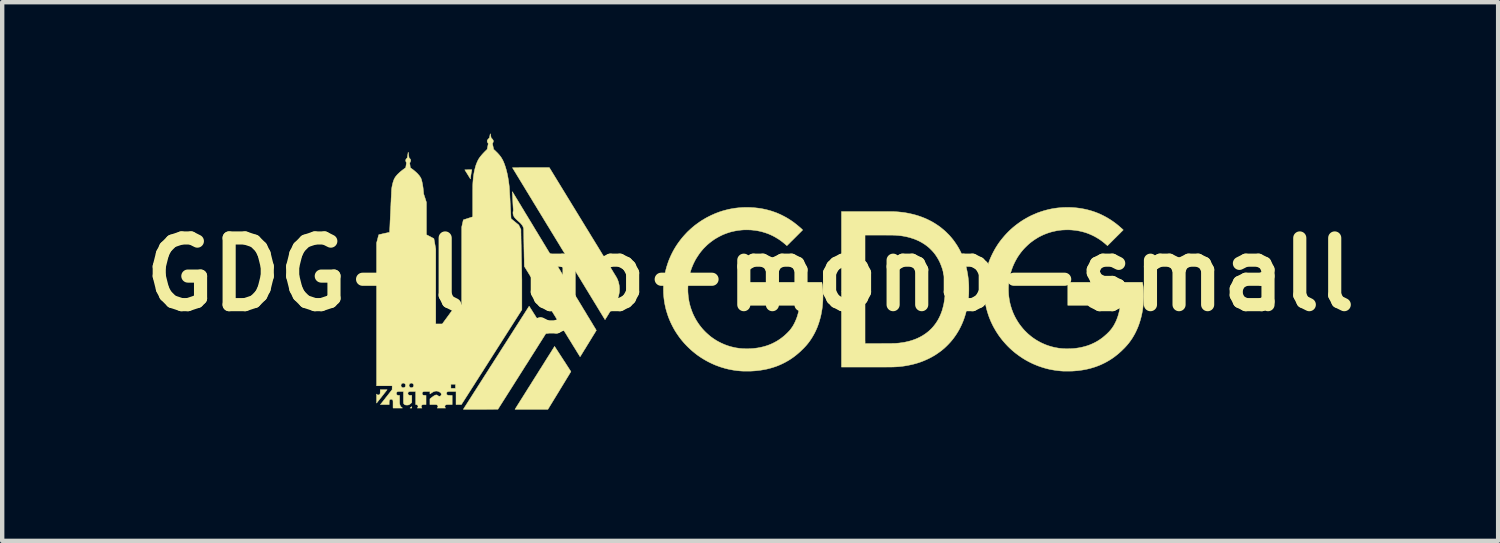
<source format=kicad_pcb>
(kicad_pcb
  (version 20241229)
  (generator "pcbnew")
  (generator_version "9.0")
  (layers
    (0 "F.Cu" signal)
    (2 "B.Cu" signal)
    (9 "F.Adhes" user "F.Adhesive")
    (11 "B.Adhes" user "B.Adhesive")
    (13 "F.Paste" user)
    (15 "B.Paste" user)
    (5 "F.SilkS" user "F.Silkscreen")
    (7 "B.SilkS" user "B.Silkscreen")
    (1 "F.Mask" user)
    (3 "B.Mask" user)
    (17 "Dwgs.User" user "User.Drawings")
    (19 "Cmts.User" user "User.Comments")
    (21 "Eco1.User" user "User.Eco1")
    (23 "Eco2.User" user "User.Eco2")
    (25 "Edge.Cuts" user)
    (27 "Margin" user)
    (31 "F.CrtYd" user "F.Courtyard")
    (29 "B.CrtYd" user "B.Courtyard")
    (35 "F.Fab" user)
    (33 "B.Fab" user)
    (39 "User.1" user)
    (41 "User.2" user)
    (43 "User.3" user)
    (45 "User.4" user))
  (footprint "GDG-logo-mono-small"
    (layer "F.Cu")
    (at 14.086 3.22)
    (property "Reference" "GDG-logo-mono-small" (at 0 0 0) (layer "F.SilkS") (effects (font (size 1.524 1.524) (thickness 0.3))))
    (attr through_hole)
    (fp_poly (pts (xy -7.729 3.051) (xy -7.75 3.051) (xy -7.756 3.051) (xy -7.762 3.051) (xy -7.766 3.051) (xy -7.769 3.051) (xy -7.77 3.05) (xy -7.77 3.05) (xy -7.768 3.049) (xy -7.766 3.047) (xy -7.762 3.045) (xy -7.758 3.042) (xy -7.752 3.037) (xy -7.747 3.033) (xy -7.741 3.028) (xy -7.738 3.026) (xy -7.729 3.018) (xy -7.729 3.051)) (stroke (width 0.01) (type solid)) (fill yes) (layer "F.SilkS"))
    (fp_poly (pts (xy -6.391 -2.392) (xy -6.381 -2.392) (xy -6.373 -2.392) (xy -6.367 -2.392) (xy -6.362 -2.392) (xy -6.359 -2.392) (xy -6.358 -2.392) (xy -6.358 -2.39) (xy -6.359 -2.387) (xy -6.359 -2.383) (xy -6.36 -2.378) (xy -6.361 -2.375) (xy -6.365 -2.356) (xy -6.369 -2.336) (xy -6.373 -2.314) (xy -6.376 -2.292) (xy -6.38 -2.267) (xy -6.383 -2.242) (xy -6.387 -2.214) (xy -6.389 -2.195) (xy -6.39 -2.183) (xy -6.454 -2.287) (xy -6.519 -2.391) (xy -6.439 -2.392) (xy -6.425 -2.392) (xy -6.413 -2.392) (xy -6.401 -2.392) (xy -6.391 -2.392)) (stroke (width 0.01) (type solid)) (fill yes) (layer "F.SilkS"))
    (fp_poly (pts (xy -8.354 2.632) (xy -8.339 2.632) (xy -8.326 2.632) (xy -8.315 2.632) (xy -8.306 2.632) (xy -8.3 2.632) (xy -8.296 2.632) (xy -8.293 2.633) (xy -8.293 2.633) (xy -8.293 2.634) (xy -8.295 2.636) (xy -8.299 2.641) (xy -8.303 2.646) (xy -8.308 2.653) (xy -8.315 2.661) (xy -8.322 2.67) (xy -8.33 2.68) (xy -8.338 2.691) (xy -8.348 2.703) (xy -8.357 2.715) (xy -8.368 2.728) (xy -8.378 2.742) (xy -8.389 2.756) (xy -8.4 2.769) (xy -8.411 2.784) (xy -8.422 2.798) (xy -8.433 2.812) (xy -8.444 2.825) (xy -8.455 2.839) (xy -8.465 2.852) (xy -8.475 2.864) (xy -8.484 2.876) (xy -8.493 2.887) (xy -8.502 2.898) (xy -8.509 2.907) (xy -8.516 2.915) (xy -8.521 2.923) (xy -8.526 2.929) (xy -8.53 2.933) (xy -8.532 2.936) (xy -8.533 2.937) (xy -8.533 2.938) (xy -8.534 2.936) (xy -8.534 2.933) (xy -8.534 2.928) (xy -8.534 2.922) (xy -8.534 2.913) (xy -8.534 2.903) (xy -8.534 2.892) (xy -8.534 2.88) (xy -8.534 2.867) (xy -8.534 2.853) (xy -8.534 2.838) (xy -8.534 2.834) (xy -8.534 2.818) (xy -8.534 2.803) (xy -8.534 2.789) (xy -8.534 2.777) (xy -8.534 2.765) (xy -8.534 2.755) (xy -8.534 2.746) (xy -8.534 2.74) (xy -8.534 2.734) (xy -8.534 2.731) (xy -8.533 2.73) (xy -8.533 2.73) (xy -8.532 2.731) (xy -8.531 2.733) (xy -8.531 2.733) (xy -8.528 2.738) (xy -8.524 2.742) (xy -8.519 2.746) (xy -8.515 2.749) (xy -8.512 2.75) (xy -8.509 2.751) (xy -8.506 2.751) (xy -8.503 2.751) (xy -8.498 2.751) (xy -8.495 2.751) (xy -8.489 2.751) (xy -8.484 2.751) (xy -8.481 2.751) (xy -8.479 2.75) (xy -8.476 2.749) (xy -8.475 2.749) (xy -8.469 2.744) (xy -8.463 2.739) (xy -8.458 2.732) (xy -8.458 2.731) (xy -8.456 2.727) (xy -8.455 2.724) (xy -8.454 2.72) (xy -8.453 2.716) (xy -8.452 2.711) (xy -8.452 2.706) (xy -8.451 2.699) (xy -8.451 2.69) (xy -8.451 2.68) (xy -8.451 2.671) (xy -8.45 2.632) (xy -8.371 2.632) (xy -8.354 2.632)) (stroke (width 0.01) (type solid)) (fill yes) (layer "F.SilkS"))
    (fp_poly (pts (xy -4.281 1.93) (xy -4.266 1.953) (xy -4.252 1.975) (xy -4.237 1.997) (xy -4.223 2.018) (xy -4.21 2.039) (xy -4.197 2.059) (xy -4.185 2.078) (xy -4.173 2.096) (xy -4.162 2.113) (xy -4.152 2.129) (xy -4.142 2.144) (xy -4.133 2.158) (xy -4.125 2.171) (xy -4.118 2.182) (xy -4.111 2.192) (xy -4.106 2.2) (xy -4.101 2.207) (xy -4.098 2.212) (xy -4.096 2.216) (xy -4.095 2.218) (xy -4.095 2.218) (xy -4.095 2.219) (xy -4.097 2.222) (xy -4.1 2.227) (xy -4.103 2.233) (xy -4.108 2.241) (xy -4.114 2.25) (xy -4.121 2.262) (xy -4.128 2.274) (xy -4.137 2.288) (xy -4.146 2.303) (xy -4.156 2.32) (xy -4.167 2.338) (xy -4.179 2.357) (xy -4.191 2.377) (xy -4.204 2.398) (xy -4.217 2.42) (xy -4.231 2.443) (xy -4.246 2.467) (xy -4.261 2.492) (xy -4.277 2.518) (xy -4.293 2.544) (xy -4.309 2.571) (xy -4.326 2.598) (xy -4.343 2.626) (xy -4.357 2.65) (xy -4.62 3.08) (xy -4.996 3.08) (xy -5.024 3.08) (xy -5.053 3.08) (xy -5.08 3.08) (xy -5.107 3.08) (xy -5.133 3.08) (xy -5.158 3.08) (xy -5.182 3.08) (xy -5.205 3.08) (xy -5.227 3.08) (xy -5.247 3.08) (xy -5.267 3.08) (xy -5.285 3.08) (xy -5.301 3.08) (xy -5.316 3.08) (xy -5.329 3.08) (xy -5.341 3.08) (xy -5.351 3.08) (xy -5.359 3.08) (xy -5.365 3.08) (xy -5.369 3.08) (xy -5.371 3.079) (xy -5.372 3.079) (xy -5.371 3.078) (xy -5.369 3.076) (xy -5.366 3.071) (xy -5.363 3.065) (xy -5.358 3.057) (xy -5.352 3.048) (xy -5.345 3.037) (xy -5.337 3.024) (xy -5.328 3.01) (xy -5.319 2.995) (xy -5.308 2.978) (xy -5.297 2.96) (xy -5.285 2.941) (xy -5.272 2.921) (xy -5.259 2.9) (xy -5.245 2.877) (xy -5.23 2.854) (xy -5.215 2.83) (xy -5.199 2.805) (xy -5.183 2.779) (xy -5.166 2.752) (xy -5.148 2.724) (xy -5.131 2.696) (xy -5.113 2.668) (xy -5.094 2.638) (xy -5.076 2.608) (xy -5.057 2.578) (xy -5.037 2.548) (xy -5.018 2.517) (xy -4.998 2.486) (xy -4.979 2.454) (xy -4.959 2.423) (xy -4.939 2.391) (xy -4.919 2.359) (xy -4.899 2.328) (xy -4.879 2.296) (xy -4.859 2.265) (xy -4.84 2.233) (xy -4.82 2.202) (xy -4.801 2.171) (xy -4.781 2.141) (xy -4.762 2.111) (xy -4.744 2.081) (xy -4.725 2.052) (xy -4.707 2.023) (xy -4.69 1.995) (xy -4.673 1.968) (xy -4.656 1.941) (xy -4.64 1.915) (xy -4.624 1.89) (xy -4.609 1.866) (xy -4.594 1.843) (xy -4.58 1.821) (xy -4.567 1.8) (xy -4.554 1.78) (xy -4.542 1.761) (xy -4.531 1.743) (xy -4.521 1.727) (xy -4.512 1.712) (xy -4.503 1.698) (xy -4.495 1.686) (xy -4.489 1.676) (xy -4.483 1.666) (xy -4.478 1.659) (xy -4.474 1.653) (xy -4.472 1.649) (xy -4.47 1.646) (xy -4.47 1.646) (xy -4.468 1.642) (xy -4.281 1.93)) (stroke (width 0.01) (type solid)) (fill yes) (layer "F.SilkS"))
    (fp_poly (pts (xy -5.048 0.725) (xy -5.046 0.728) (xy -5.043 0.732) (xy -5.039 0.738) (xy -5.035 0.746) (xy -5.029 0.755) (xy -5.022 0.765) (xy -5.015 0.777) (xy -5.007 0.789) (xy -4.998 0.803) (xy -4.988 0.818) (xy -4.978 0.834) (xy -4.968 0.851) (xy -4.957 0.869) (xy -4.945 0.887) (xy -4.933 0.906) (xy -4.921 0.925) (xy -4.908 0.945) (xy -4.896 0.965) (xy -4.883 0.985) (xy -4.87 1.006) (xy -4.857 1.027) (xy -4.843 1.048) (xy -4.83 1.068) (xy -4.817 1.089) (xy -4.805 1.109) (xy -4.792 1.129) (xy -4.78 1.149) (xy -4.768 1.168) (xy -4.756 1.186) (xy -4.745 1.204) (xy -4.734 1.221) (xy -4.724 1.237) (xy -4.714 1.253) (xy -4.705 1.267) (xy -4.697 1.281) (xy -4.689 1.293) (xy -4.682 1.304) (xy -4.676 1.313) (xy -4.671 1.321) (xy -4.667 1.328) (xy -4.664 1.333) (xy -4.661 1.337) (xy -4.66 1.338) (xy -4.66 1.339) (xy -4.661 1.34) (xy -4.663 1.342) (xy -4.666 1.347) (xy -4.67 1.353) (xy -4.675 1.361) (xy -4.681 1.371) (xy -4.688 1.382) (xy -4.696 1.395) (xy -4.705 1.409) (xy -4.715 1.425) (xy -4.726 1.443) (xy -4.738 1.461) (xy -4.751 1.482) (xy -4.764 1.503) (xy -4.779 1.526) (xy -4.794 1.55) (xy -4.81 1.575) (xy -4.827 1.602) (xy -4.844 1.629) (xy -4.862 1.658) (xy -4.881 1.687) (xy -4.9 1.718) (xy -4.92 1.75) (xy -4.941 1.782) (xy -4.962 1.816) (xy -4.984 1.85) (xy -5.006 1.885) (xy -5.029 1.921) (xy -5.052 1.958) (xy -5.075 1.995) (xy -5.099 2.033) (xy -5.124 2.071) (xy -5.149 2.11) (xy -5.174 2.15) (xy -5.199 2.19) (xy -5.211 2.209) (xy -5.762 3.079) (xy -6.157 3.08) (xy -6.552 3.08) (xy -6.551 3.077) (xy -6.55 3.076) (xy -6.548 3.073) (xy -6.545 3.068) (xy -6.541 3.061) (xy -6.535 3.053) (xy -6.529 3.043) (xy -6.522 3.032) (xy -6.514 3.019) (xy -6.504 3.004) (xy -6.494 2.988) (xy -6.483 2.971) (xy -6.471 2.952) (xy -6.458 2.932) (xy -6.445 2.911) (xy -6.43 2.888) (xy -6.415 2.864) (xy -6.399 2.839) (xy -6.382 2.813) (xy -6.365 2.785) (xy -6.347 2.757) (xy -6.328 2.728) (xy -6.309 2.697) (xy -6.289 2.666) (xy -6.268 2.634) (xy -6.247 2.601) (xy -6.226 2.568) (xy -6.204 2.533) (xy -6.181 2.498) (xy -6.159 2.462) (xy -6.135 2.426) (xy -6.112 2.389) (xy -6.088 2.351) (xy -6.064 2.313) (xy -6.039 2.275) (xy -6.014 2.236) (xy -5.989 2.197) (xy -5.964 2.157) (xy -5.939 2.117) (xy -5.913 2.077) (xy -5.887 2.037) (xy -5.862 1.997) (xy -5.836 1.956) (xy -5.81 1.916) (xy -5.784 1.875) (xy -5.758 1.835) (xy -5.732 1.794) (xy -5.707 1.754) (xy -5.681 1.714) (xy -5.656 1.674) (xy -5.63 1.634) (xy -5.605 1.595) (xy -5.58 1.556) (xy -5.555 1.517) (xy -5.531 1.479) (xy -5.507 1.441) (xy -5.483 1.403) (xy -5.459 1.366) (xy -5.436 1.33) (xy -5.413 1.294) (xy -5.391 1.259) (xy -5.369 1.225) (xy -5.348 1.192) (xy -5.327 1.159) (xy -5.306 1.127) (xy -5.287 1.096) (xy -5.267 1.066) (xy -5.249 1.037) (xy -5.231 1.009) (xy -5.214 0.982) (xy -5.197 0.956) (xy -5.181 0.931) (xy -5.166 0.907) (xy -5.152 0.885) (xy -5.138 0.864) (xy -5.126 0.844) (xy -5.114 0.826) (xy -5.103 0.809) (xy -5.093 0.793) (xy -5.084 0.779) (xy -5.076 0.766) (xy -5.069 0.755) (xy -5.063 0.746) (xy -5.058 0.738) (xy -5.054 0.732) (xy -5.051 0.727) (xy -5.049 0.725) (xy -5.049 0.724) (xy -5.048 0.725)) (stroke (width 0.01) (type solid)) (fill yes) (layer "F.SilkS"))
    (fp_poly (pts (xy -3.826 -1.197) (xy -3.796 -1.148) (xy -3.767 -1.1) (xy -3.738 -1.053) (xy -3.709 -1.006) (xy -3.68 -0.959) (xy -3.652 -0.913) (xy -3.625 -0.868) (xy -3.597 -0.823) (xy -3.57 -0.779) (xy -3.544 -0.736) (xy -3.518 -0.694) (xy -3.492 -0.652) (xy -3.467 -0.611) (xy -3.443 -0.571) (xy -3.419 -0.532) (xy -3.396 -0.494) (xy -3.373 -0.456) (xy -3.351 -0.42) (xy -3.329 -0.385) (xy -3.308 -0.351) (xy -3.288 -0.318) (xy -3.268 -0.286) (xy -3.25 -0.255) (xy -3.232 -0.226) (xy -3.214 -0.197) (xy -3.198 -0.17) (xy -3.182 -0.145) (xy -3.167 -0.121) (xy -3.153 -0.098) (xy -3.14 -0.076) (xy -3.128 -0.056) (xy -3.117 -0.037) (xy -3.106 -0.02) (xy -3.097 -0.005) (xy -3.088 0.009) (xy -3.081 0.021) (xy -3.074 0.032) (xy -3.069 0.041) (xy -3.064 0.048) (xy -3.061 0.053) (xy -3.059 0.057) (xy -3.058 0.058) (xy -3.058 0.059) (xy -3.054 0.066) (xy -3.049 0.075) (xy -3.044 0.085) (xy -3.038 0.096) (xy -3.033 0.106) (xy -3.029 0.116) (xy -3.025 0.125) (xy -3.025 0.126) (xy -3.013 0.158) (xy -3.004 0.192) (xy -2.996 0.226) (xy -2.99 0.26) (xy -2.987 0.295) (xy -2.985 0.33) (xy -2.986 0.365) (xy -2.988 0.4) (xy -2.989 0.405) (xy -2.994 0.438) (xy -3.001 0.472) (xy -3.01 0.504) (xy -3.02 0.536) (xy -3.024 0.546) (xy -3.027 0.553) (xy -3.031 0.562) (xy -3.036 0.571) (xy -3.04 0.581) (xy -3.045 0.591) (xy -3.05 0.6) (xy -3.054 0.608) (xy -3.056 0.612) (xy -3.058 0.615) (xy -3.06 0.619) (xy -3.064 0.625) (xy -3.068 0.632) (xy -3.073 0.641) (xy -3.08 0.65) (xy -3.086 0.661) (xy -3.094 0.674) (xy -3.102 0.687) (xy -3.11 0.701) (xy -3.119 0.715) (xy -3.129 0.731) (xy -3.139 0.747) (xy -3.149 0.763) (xy -3.159 0.78) (xy -3.17 0.797) (xy -3.18 0.814) (xy -3.191 0.831) (xy -3.201 0.848) (xy -3.212 0.865) (xy -3.222 0.882) (xy -3.232 0.899) (xy -3.242 0.915) (xy -3.252 0.93) (xy -3.261 0.945) (xy -3.269 0.959) (xy -3.277 0.972) (xy -3.285 0.984) (xy -3.292 0.995) (xy -3.298 1.004) (xy -3.303 1.013) (xy -3.307 1.02) (xy -3.311 1.026) (xy -3.313 1.03) (xy -3.315 1.032) (xy -3.315 1.033) (xy -3.316 1.032) (xy -3.318 1.029) (xy -3.32 1.024) (xy -3.324 1.018) (xy -3.329 1.01) (xy -3.335 1) (xy -3.342 0.988) (xy -3.351 0.975) (xy -3.36 0.96) (xy -3.37 0.943) (xy -3.381 0.925) (xy -3.393 0.905) (xy -3.406 0.884) (xy -3.42 0.861) (xy -3.435 0.837) (xy -3.45 0.811) (xy -3.467 0.784) (xy -3.484 0.756) (xy -3.502 0.726) (xy -3.521 0.694) (xy -3.541 0.662) (xy -3.562 0.628) (xy -3.583 0.593) (xy -3.605 0.557) (xy -3.628 0.52) (xy -3.651 0.481) (xy -3.676 0.441) (xy -3.7 0.401) (xy -3.726 0.359) (xy -3.752 0.316) (xy -3.779 0.272) (xy -3.806 0.227) (xy -3.834 0.182) (xy -3.862 0.135) (xy -3.891 0.087) (xy -3.921 0.039) (xy -3.951 -0.01) (xy -3.981 -0.06) (xy -4.012 -0.111) (xy -4.044 -0.163) (xy -4.075 -0.215) (xy -4.108 -0.268) (xy -4.14 -0.321) (xy -4.173 -0.376) (xy -4.207 -0.43) (xy -4.24 -0.486) (xy -4.274 -0.542) (xy -4.309 -0.598) (xy -4.343 -0.655) (xy -4.372 -0.703) (xy -4.407 -0.76) (xy -4.442 -0.817) (xy -4.476 -0.873) (xy -4.51 -0.929) (xy -4.544 -0.984) (xy -4.577 -1.039) (xy -4.61 -1.093) (xy -4.643 -1.146) (xy -4.675 -1.199) (xy -4.707 -1.251) (xy -4.738 -1.303) (xy -4.769 -1.353) (xy -4.799 -1.403) (xy -4.829 -1.452) (xy -4.859 -1.501) (xy -4.887 -1.548) (xy -4.916 -1.595) (xy -4.944 -1.64) (xy -4.971 -1.685) (xy -4.997 -1.729) (xy -5.023 -1.771) (xy -5.049 -1.813) (xy -5.073 -1.854) (xy -5.098 -1.893) (xy -5.121 -1.932) (xy -5.144 -1.969) (xy -5.165 -2.005) (xy -5.187 -2.04) (xy -5.207 -2.073) (xy -5.227 -2.106) (xy -5.246 -2.137) (xy -5.264 -2.166) (xy -5.281 -2.195) (xy -5.297 -2.221) (xy -5.313 -2.247) (xy -5.328 -2.271) (xy -5.341 -2.294) (xy -5.354 -2.315) (xy -5.366 -2.334) (xy -5.377 -2.352) (xy -5.387 -2.369) (xy -5.396 -2.383) (xy -5.404 -2.396) (xy -5.411 -2.408) (xy -5.417 -2.417) (xy -5.421 -2.425) (xy -5.425 -2.432) (xy -5.428 -2.436) (xy -5.429 -2.438) (xy -5.43 -2.439) (xy -5.43 -2.439) (xy -5.429 -2.439) (xy -5.427 -2.439) (xy -5.425 -2.44) (xy -5.423 -2.44) (xy -5.419 -2.44) (xy -5.415 -2.44) (xy -5.409 -2.44) (xy -5.403 -2.44) (xy -5.396 -2.44) (xy -5.387 -2.44) (xy -5.378 -2.44) (xy -5.367 -2.44) (xy -5.355 -2.44) (xy -5.342 -2.44) (xy -5.327 -2.44) (xy -5.311 -2.44) (xy -5.293 -2.44) (xy -5.273 -2.441) (xy -5.252 -2.441) (xy -5.23 -2.441) (xy -5.205 -2.441) (xy -5.179 -2.441) (xy -5.151 -2.441) (xy -5.121 -2.441) (xy -5.089 -2.441) (xy -5.054 -2.441) (xy -5.018 -2.441) (xy -4.587 -2.441) (xy -3.826 -1.197)) (stroke (width 0.01) (type solid)) (fill yes) (layer "F.SilkS"))
    (fp_poly (pts (xy -5.432 -1.892) (xy -5.432 -1.891) (xy -5.43 -1.888) (xy -5.427 -1.884) (xy -5.423 -1.877) (xy -5.418 -1.869) (xy -5.412 -1.859) (xy -5.405 -1.848) (xy -5.397 -1.835) (xy -5.389 -1.82) (xy -5.379 -1.804) (xy -5.368 -1.786) (xy -5.356 -1.767) (xy -5.344 -1.746) (xy -5.33 -1.724) (xy -5.316 -1.7) (xy -5.301 -1.676) (xy -5.285 -1.65) (xy -5.269 -1.622) (xy -5.251 -1.594) (xy -5.233 -1.564) (xy -5.215 -1.533) (xy -5.195 -1.501) (xy -5.175 -1.468) (xy -5.155 -1.434) (xy -5.134 -1.399) (xy -5.112 -1.363) (xy -5.089 -1.326) (xy -5.067 -1.289) (xy -5.043 -1.25) (xy -5.019 -1.211) (xy -4.995 -1.171) (xy -4.97 -1.13) (xy -4.945 -1.088) (xy -4.92 -1.046) (xy -4.894 -1.003) (xy -4.867 -0.96) (xy -4.841 -0.916) (xy -4.814 -0.872) (xy -4.787 -0.827) (xy -4.759 -0.782) (xy -4.732 -0.736) (xy -4.704 -0.69) (xy -4.676 -0.644) (xy -4.648 -0.597) (xy -4.619 -0.55) (xy -4.591 -0.503) (xy -4.562 -0.456) (xy -4.534 -0.409) (xy -4.505 -0.362) (xy -4.476 -0.314) (xy -4.448 -0.267) (xy -4.419 -0.22) (xy -4.39 -0.172) (xy -4.362 -0.125) (xy -4.333 -0.078) (xy -4.305 -0.031) (xy -4.277 0.015) (xy -4.249 0.062) (xy -4.221 0.108) (xy -4.193 0.153) (xy -4.166 0.199) (xy -4.138 0.244) (xy -4.111 0.288) (xy -4.085 0.332) (xy -4.058 0.376) (xy -4.032 0.419) (xy -4.007 0.461) (xy -3.982 0.503) (xy -3.957 0.544) (xy -3.932 0.584) (xy -3.908 0.624) (xy -3.885 0.662) (xy -3.862 0.7) (xy -3.839 0.737) (xy -3.818 0.774) (xy -3.796 0.809) (xy -3.775 0.843) (xy -3.755 0.876) (xy -3.736 0.909) (xy -3.717 0.94) (xy -3.699 0.97) (xy -3.681 0.998) (xy -3.665 1.026) (xy -3.649 1.052) (xy -3.633 1.078) (xy -3.619 1.101) (xy -3.605 1.124) (xy -3.593 1.145) (xy -3.581 1.165) (xy -3.57 1.183) (xy -3.56 1.199) (xy -3.551 1.214) (xy -3.542 1.228) (xy -3.535 1.24) (xy -3.529 1.25) (xy -3.524 1.259) (xy -3.52 1.266) (xy -3.517 1.271) (xy -3.515 1.274) (xy -3.514 1.275) (xy -3.514 1.276) (xy -3.514 1.277) (xy -3.516 1.279) (xy -3.519 1.284) (xy -3.522 1.29) (xy -3.527 1.297) (xy -3.533 1.307) (xy -3.539 1.317) (xy -3.546 1.329) (xy -3.554 1.342) (xy -3.563 1.356) (xy -3.572 1.371) (xy -3.582 1.387) (xy -3.592 1.403) (xy -3.603 1.421) (xy -3.614 1.439) (xy -3.625 1.458) (xy -3.637 1.477) (xy -3.649 1.497) (xy -3.662 1.517) (xy -3.674 1.538) (xy -3.687 1.558) (xy -3.699 1.579) (xy -3.712 1.599) (xy -3.725 1.62) (xy -3.737 1.64) (xy -3.749 1.66) (xy -3.761 1.68) (xy -3.773 1.699) (xy -3.785 1.717) (xy -3.796 1.735) (xy -3.806 1.753) (xy -3.817 1.769) (xy -3.826 1.785) (xy -3.835 1.8) (xy -3.844 1.813) (xy -3.851 1.826) (xy -3.858 1.837) (xy -3.864 1.847) (xy -3.87 1.856) (xy -3.874 1.863) (xy -3.878 1.868) (xy -3.88 1.872) (xy -3.881 1.873) (xy -3.885 1.88) (xy -3.888 1.876) (xy -3.888 1.874) (xy -3.89 1.872) (xy -3.893 1.867) (xy -3.897 1.86) (xy -3.902 1.852) (xy -3.908 1.842) (xy -3.915 1.83) (xy -3.924 1.817) (xy -3.933 1.802) (xy -3.943 1.786) (xy -3.954 1.768) (xy -3.966 1.749) (xy -3.978 1.728) (xy -3.992 1.706) (xy -4.006 1.683) (xy -4.022 1.658) (xy -4.038 1.632) (xy -4.055 1.605) (xy -4.072 1.576) (xy -4.09 1.547) (xy -4.109 1.516) (xy -4.129 1.484) (xy -4.149 1.452) (xy -4.17 1.418) (xy -4.191 1.383) (xy -4.213 1.347) (xy -4.236 1.311) (xy -4.259 1.273) (xy -4.282 1.235) (xy -4.307 1.196) (xy -4.331 1.156) (xy -4.356 1.116) (xy -4.381 1.075) (xy -4.407 1.033) (xy -4.433 0.991) (xy -4.459 0.948) (xy -4.486 0.905) (xy -4.513 0.861) (xy -4.524 0.843) (xy -5.158 -0.185) (xy -5.161 -0.287) (xy -5.161 -0.324) (xy -5.162 -0.359) (xy -5.163 -0.392) (xy -5.164 -0.424) (xy -5.164 -0.454) (xy -5.165 -0.482) (xy -5.165 -0.51) (xy -5.166 -0.536) (xy -5.166 -0.561) (xy -5.167 -0.586) (xy -5.167 -0.609) (xy -5.168 -0.633) (xy -5.168 -0.656) (xy -5.168 -0.679) (xy -5.169 -0.702) (xy -5.169 -0.726) (xy -5.17 -0.749) (xy -5.17 -0.773) (xy -5.17 -0.798) (xy -5.171 -0.824) (xy -5.171 -0.851) (xy -5.171 -0.879) (xy -5.172 -0.908) (xy -5.172 -0.939) (xy -5.173 -0.971) (xy -5.173 -0.978) (xy -5.174 -1.047) (xy -5.177 -1.059) (xy -5.182 -1.075) (xy -5.189 -1.093) (xy -5.198 -1.109) (xy -5.207 -1.125) (xy -5.213 -1.133) (xy -5.22 -1.142) (xy -5.228 -1.151) (xy -5.237 -1.161) (xy -5.246 -1.172) (xy -5.258 -1.183) (xy -5.27 -1.195) (xy -5.285 -1.208) (xy -5.3 -1.222) (xy -5.304 -1.225) (xy -5.319 -1.239) (xy -5.332 -1.251) (xy -5.344 -1.262) (xy -5.355 -1.273) (xy -5.364 -1.283) (xy -5.372 -1.292) (xy -5.379 -1.3) (xy -5.386 -1.309) (xy -5.391 -1.317) (xy -5.396 -1.326) (xy -5.401 -1.334) (xy -5.401 -1.335) (xy -5.409 -1.353) (xy -5.414 -1.371) (xy -5.417 -1.39) (xy -5.418 -1.409) (xy -5.417 -1.428) (xy -5.413 -1.448) (xy -5.412 -1.455) (xy -5.411 -1.459) (xy -5.41 -1.462) (xy -5.41 -1.465) (xy -5.41 -1.468) (xy -5.41 -1.472) (xy -5.41 -1.477) (xy -5.411 -1.484) (xy -5.411 -1.485) (xy -5.412 -1.497) (xy -5.413 -1.51) (xy -5.414 -1.524) (xy -5.415 -1.538) (xy -5.416 -1.554) (xy -5.417 -1.57) (xy -5.418 -1.588) (xy -5.419 -1.607) (xy -5.42 -1.627) (xy -5.421 -1.649) (xy -5.422 -1.673) (xy -5.423 -1.699) (xy -5.425 -1.724) (xy -5.426 -1.748) (xy -5.427 -1.77) (xy -5.428 -1.789) (xy -5.429 -1.807) (xy -5.429 -1.823) (xy -5.43 -1.836) (xy -5.431 -1.848) (xy -5.431 -1.859) (xy -5.432 -1.867) (xy -5.432 -1.874) (xy -5.432 -1.88) (xy -5.433 -1.884) (xy -5.433 -1.887) (xy -5.433 -1.887) (xy -5.433 -1.891) (xy -5.433 -1.892) (xy -5.432 -1.892)) (stroke (width 0.01) (type solid)) (fill yes) (layer "F.SilkS"))
    (fp_poly (pts (xy 2.66 -1.438) (xy 2.704 -1.438) (xy 2.745 -1.438) (xy 2.784 -1.438) (xy 2.822 -1.438) (xy 2.857 -1.438) (xy 2.89 -1.438) (xy 2.922 -1.438) (xy 2.952 -1.438) (xy 2.98 -1.438) (xy 3.006 -1.438) (xy 3.031 -1.438) (xy 3.055 -1.438) (xy 3.076 -1.438) (xy 3.097 -1.438) (xy 3.116 -1.438) (xy 3.134 -1.438) (xy 3.15 -1.437) (xy 3.166 -1.437) (xy 3.18 -1.437) (xy 3.193 -1.437) (xy 3.205 -1.437) (xy 3.217 -1.437) (xy 3.227 -1.437) (xy 3.237 -1.437) (xy 3.246 -1.437) (xy 3.254 -1.437) (xy 3.261 -1.436) (xy 3.268 -1.436) (xy 3.275 -1.436) (xy 3.281 -1.436) (xy 3.287 -1.436) (xy 3.292 -1.436) (xy 3.297 -1.435) (xy 3.302 -1.435) (xy 3.307 -1.435) (xy 3.312 -1.435) (xy 3.317 -1.434) (xy 3.322 -1.434) (xy 3.324 -1.434) (xy 3.391 -1.429) (xy 3.457 -1.422) (xy 3.523 -1.414) (xy 3.587 -1.403) (xy 3.65 -1.39) (xy 3.713 -1.376) (xy 3.774 -1.36) (xy 3.834 -1.342) (xy 3.893 -1.322) (xy 3.951 -1.3) (xy 4.008 -1.277) (xy 4.063 -1.251) (xy 4.117 -1.224) (xy 4.171 -1.195) (xy 4.201 -1.177) (xy 4.247 -1.148) (xy 4.292 -1.118) (xy 4.336 -1.087) (xy 4.378 -1.053) (xy 4.421 -1.018) (xy 4.447 -0.995) (xy 4.453 -0.99) (xy 4.46 -0.983) (xy 4.468 -0.975) (xy 4.478 -0.967) (xy 4.487 -0.957) (xy 4.497 -0.947) (xy 4.507 -0.937) (xy 4.517 -0.927) (xy 4.527 -0.918) (xy 4.536 -0.908) (xy 4.544 -0.9) (xy 4.551 -0.893) (xy 4.557 -0.886) (xy 4.558 -0.885) (xy 4.597 -0.84) (xy 4.635 -0.794) (xy 4.67 -0.746) (xy 4.703 -0.698) (xy 4.735 -0.649) (xy 4.765 -0.598) (xy 4.793 -0.546) (xy 4.819 -0.493) (xy 4.844 -0.438) (xy 4.867 -0.382) (xy 4.871 -0.372) (xy 4.891 -0.316) (xy 4.91 -0.258) (xy 4.927 -0.199) (xy 4.942 -0.139) (xy 4.955 -0.078) (xy 4.967 -0.016) (xy 4.976 0.046) (xy 4.984 0.11) (xy 4.99 0.174) (xy 4.994 0.238) (xy 4.995 0.303) (xy 4.995 0.369) (xy 4.994 0.435) (xy 4.99 0.501) (xy 4.989 0.506) (xy 4.984 0.571) (xy 4.976 0.634) (xy 4.966 0.697) (xy 4.955 0.759) (xy 4.941 0.82) (xy 4.926 0.879) (xy 4.909 0.938) (xy 4.89 0.996) (xy 4.87 1.052) (xy 4.847 1.108) (xy 4.823 1.162) (xy 4.797 1.215) (xy 4.77 1.267) (xy 4.74 1.318) (xy 4.709 1.367) (xy 4.676 1.415) (xy 4.642 1.462) (xy 4.606 1.507) (xy 4.568 1.551) (xy 4.528 1.594) (xy 4.487 1.635) (xy 4.445 1.675) (xy 4.401 1.713) (xy 4.355 1.75) (xy 4.323 1.773) (xy 4.275 1.807) (xy 4.225 1.84) (xy 4.174 1.87) (xy 4.122 1.899) (xy 4.068 1.926) (xy 4.013 1.951) (xy 3.957 1.975) (xy 3.9 1.997) (xy 3.841 2.017) (xy 3.781 2.035) (xy 3.721 2.051) (xy 3.659 2.065) (xy 3.596 2.078) (xy 3.532 2.089) (xy 3.467 2.098) (xy 3.401 2.105) (xy 3.334 2.11) (xy 3.317 2.111) (xy 3.312 2.111) (xy 3.307 2.111) (xy 3.302 2.112) (xy 3.296 2.112) (xy 3.291 2.112) (xy 3.286 2.112) (xy 3.28 2.113) (xy 3.274 2.113) (xy 3.267 2.113) (xy 3.26 2.113) (xy 3.253 2.113) (xy 3.245 2.113) (xy 3.236 2.114) (xy 3.227 2.114) (xy 3.217 2.114) (xy 3.206 2.114) (xy 3.194 2.114) (xy 3.181 2.114) (xy 3.167 2.114) (xy 3.153 2.114) (xy 3.137 2.114) (xy 3.12 2.114) (xy 3.101 2.115) (xy 3.081 2.115) (xy 3.06 2.115) (xy 3.038 2.115) (xy 3.014 2.115) (xy 2.988 2.115) (xy 2.961 2.115) (xy 2.932 2.115) (xy 2.902 2.115) (xy 2.87 2.115) (xy 2.835 2.115) (xy 2.799 2.115) (xy 2.761 2.115) (xy 2.721 2.115) (xy 2.679 2.115) (xy 2.65 2.115) (xy 2.086 2.115) (xy 2.086 0.338) (xy 2.624 0.338) (xy 2.624 0.39) (xy 2.624 0.442) (xy 2.624 0.493) (xy 2.624 0.543) (xy 2.624 0.593) (xy 2.624 0.642) (xy 2.624 0.691) (xy 2.624 0.738) (xy 2.624 0.785) (xy 2.624 0.831) (xy 2.624 0.876) (xy 2.624 0.92) (xy 2.624 0.963) (xy 2.624 1.005) (xy 2.624 1.045) (xy 2.624 1.085) (xy 2.624 1.123) (xy 2.624 1.161) (xy 2.624 1.196) (xy 2.624 1.231) (xy 2.624 1.264) (xy 2.624 1.296) (xy 2.624 1.326) (xy 2.624 1.355) (xy 2.624 1.382) (xy 2.624 1.408) (xy 2.624 1.432) (xy 2.624 1.454) (xy 2.624 1.475) (xy 2.624 1.494) (xy 2.624 1.511) (xy 2.625 1.526) (xy 2.625 1.539) (xy 2.625 1.551) (xy 2.625 1.56) (xy 2.625 1.567) (xy 2.625 1.572) (xy 2.625 1.575) (xy 2.625 1.576) (xy 2.626 1.576) (xy 2.629 1.577) (xy 2.635 1.577) (xy 2.642 1.577) (xy 2.651 1.577) (xy 2.661 1.577) (xy 2.674 1.577) (xy 2.687 1.577) (xy 2.702 1.577) (xy 2.719 1.577) (xy 2.736 1.577) (xy 2.755 1.577) (xy 2.774 1.577) (xy 2.795 1.577) (xy 2.816 1.577) (xy 2.837 1.577) (xy 2.86 1.577) (xy 2.882 1.577) (xy 2.905 1.577) (xy 2.929 1.577) (xy 2.952 1.577) (xy 2.975 1.577) (xy 2.999 1.577) (xy 3.022 1.576) (xy 3.044 1.576) (xy 3.067 1.576) (xy 3.089 1.576) (xy 3.11 1.576) (xy 3.13 1.576) (xy 3.15 1.576) (xy 3.169 1.576) (xy 3.186 1.576) (xy 3.203 1.576) (xy 3.218 1.576) (xy 3.232 1.576) (xy 3.245 1.575) (xy 3.256 1.575) (xy 3.265 1.575) (xy 3.272 1.575) (xy 3.278 1.575) (xy 3.281 1.575) (xy 3.282 1.575) (xy 3.31 1.573) (xy 3.336 1.572) (xy 3.36 1.57) (xy 3.383 1.568) (xy 3.404 1.566) (xy 3.412 1.565) (xy 3.468 1.557) (xy 3.522 1.549) (xy 3.574 1.538) (xy 3.625 1.526) (xy 3.675 1.512) (xy 3.723 1.496) (xy 3.77 1.479) (xy 3.816 1.46) (xy 3.86 1.439) (xy 3.903 1.417) (xy 3.944 1.393) (xy 3.984 1.367) (xy 4.023 1.34) (xy 4.051 1.318) (xy 4.068 1.304) (xy 4.086 1.289) (xy 4.104 1.272) (xy 4.121 1.256) (xy 4.139 1.239) (xy 4.155 1.222) (xy 4.169 1.206) (xy 4.173 1.202) (xy 4.203 1.166) (xy 4.232 1.128) (xy 4.259 1.089) (xy 4.284 1.049) (xy 4.307 1.007) (xy 4.329 0.964) (xy 4.349 0.919) (xy 4.367 0.873) (xy 4.384 0.826) (xy 4.398 0.777) (xy 4.411 0.727) (xy 4.423 0.676) (xy 4.432 0.623) (xy 4.44 0.569) (xy 4.447 0.514) (xy 4.45 0.474) (xy 4.452 0.436) (xy 4.454 0.397) (xy 4.454 0.357) (xy 4.454 0.317) (xy 4.454 0.277) (xy 4.452 0.237) (xy 4.45 0.203) (xy 4.445 0.147) (xy 4.438 0.093) (xy 4.43 0.04) (xy 4.42 -0.012) (xy 4.408 -0.063) (xy 4.395 -0.113) (xy 4.379 -0.161) (xy 4.362 -0.207) (xy 4.344 -0.253) (xy 4.324 -0.297) (xy 4.302 -0.339) (xy 4.278 -0.38) (xy 4.253 -0.42) (xy 4.226 -0.459) (xy 4.197 -0.496) (xy 4.189 -0.506) (xy 4.18 -0.516) (xy 4.172 -0.525) (xy 4.164 -0.534) (xy 4.156 -0.543) (xy 4.148 -0.551) (xy 4.139 -0.56) (xy 4.129 -0.57) (xy 4.118 -0.581) (xy 4.114 -0.585) (xy 4.087 -0.611) (xy 4.057 -0.636) (xy 4.026 -0.66) (xy 3.993 -0.684) (xy 3.959 -0.706) (xy 3.925 -0.727) (xy 3.889 -0.747) (xy 3.853 -0.766) (xy 3.843 -0.77) (xy 3.797 -0.791) (xy 3.75 -0.81) (xy 3.701 -0.826) (xy 3.652 -0.842) (xy 3.601 -0.855) (xy 3.549 -0.867) (xy 3.495 -0.877) (xy 3.441 -0.885) (xy 3.385 -0.891) (xy 3.346 -0.894) (xy 3.339 -0.895) (xy 3.334 -0.895) (xy 3.328 -0.896) (xy 3.323 -0.896) (xy 3.317 -0.896) (xy 3.312 -0.897) (xy 3.307 -0.897) (xy 3.301 -0.897) (xy 3.296 -0.898) (xy 3.29 -0.898) (xy 3.283 -0.898) (xy 3.276 -0.898) (xy 3.269 -0.898) (xy 3.261 -0.899) (xy 3.252 -0.899) (xy 3.242 -0.899) (xy 3.231 -0.899) (xy 3.219 -0.899) (xy 3.206 -0.899) (xy 3.192 -0.899) (xy 3.177 -0.899) (xy 3.16 -0.899) (xy 3.142 -0.899) (xy 3.122 -0.899) (xy 3.101 -0.9) (xy 3.078 -0.9) (xy 3.053 -0.9) (xy 3.026 -0.9) (xy 2.997 -0.9) (xy 2.966 -0.9) (xy 2.949 -0.9) (xy 2.624 -0.9) (xy 2.624 0.338) (xy 2.086 0.338) (xy 2.086 -1.438) (xy 2.66 -1.438)) (stroke (width 0.01) (type solid)) (fill yes) (layer "F.SilkS"))
    (fp_poly (pts (xy -0.074 -1.532) (xy -0.053 -1.532) (xy -0.031 -1.532) (xy -0.01 -1.531) (xy 0.011 -1.53) (xy 0.031 -1.529) (xy 0.05 -1.528) (xy 0.059 -1.528) (xy 0.123 -1.522) (xy 0.186 -1.515) (xy 0.248 -1.506) (xy 0.31 -1.494) (xy 0.37 -1.481) (xy 0.43 -1.465) (xy 0.489 -1.448) (xy 0.547 -1.428) (xy 0.605 -1.407) (xy 0.661 -1.383) (xy 0.717 -1.357) (xy 0.772 -1.329) (xy 0.826 -1.3) (xy 0.879 -1.268) (xy 0.932 -1.234) (xy 0.984 -1.198) (xy 1.035 -1.159) (xy 1.085 -1.119) (xy 1.131 -1.08) (xy 1.137 -1.075) (xy 1.143 -1.07) (xy 1.149 -1.064) (xy 1.157 -1.058) (xy 1.164 -1.051) (xy 1.171 -1.045) (xy 1.177 -1.039) (xy 1.183 -1.033) (xy 1.188 -1.028) (xy 1.193 -1.024) (xy 1.195 -1.022) (xy 1.196 -1.021) (xy 1.2 -1.017) (xy 1.02 -0.837) (xy 1.003 -0.82) (xy 0.987 -0.804) (xy 0.971 -0.788) (xy 0.956 -0.773) (xy 0.941 -0.759) (xy 0.927 -0.745) (xy 0.914 -0.732) (xy 0.902 -0.719) (xy 0.891 -0.708) (xy 0.88 -0.698) (xy 0.871 -0.688) (xy 0.862 -0.68) (xy 0.855 -0.673) (xy 0.849 -0.667) (xy 0.845 -0.663) (xy 0.841 -0.659) (xy 0.84 -0.658) (xy 0.839 -0.657) (xy 0.838 -0.658) (xy 0.836 -0.66) (xy 0.832 -0.663) (xy 0.828 -0.667) (xy 0.825 -0.67) (xy 0.782 -0.707) (xy 0.739 -0.742) (xy 0.695 -0.775) (xy 0.65 -0.806) (xy 0.604 -0.834) (xy 0.558 -0.861) (xy 0.511 -0.886) (xy 0.463 -0.908) (xy 0.414 -0.929) (xy 0.364 -0.947) (xy 0.314 -0.963) (xy 0.263 -0.978) (xy 0.211 -0.99) (xy 0.159 -1) (xy 0.105 -1.008) (xy 0.051 -1.014) (xy 0.021 -1.017) (xy -0.035 -1.019) (xy -0.091 -1.02) (xy -0.146 -1.019) (xy -0.2 -1.015) (xy -0.254 -1.009) (xy -0.308 -1.001) (xy -0.362 -0.991) (xy -0.415 -0.979) (xy -0.468 -0.965) (xy -0.479 -0.961) (xy -0.528 -0.945) (xy -0.577 -0.927) (xy -0.626 -0.907) (xy -0.673 -0.884) (xy -0.72 -0.86) (xy -0.766 -0.834) (xy -0.811 -0.807) (xy -0.854 -0.777) (xy -0.896 -0.746) (xy -0.937 -0.714) (xy -0.956 -0.697) (xy -0.97 -0.686) (xy -0.984 -0.673) (xy -0.998 -0.659) (xy -1.013 -0.645) (xy -1.027 -0.631) (xy -1.041 -0.617) (xy -1.055 -0.603) (xy -1.067 -0.59) (xy -1.077 -0.579) (xy -1.113 -0.537) (xy -1.147 -0.494) (xy -1.178 -0.45) (xy -1.208 -0.405) (xy -1.237 -0.359) (xy -1.252 -0.333) (xy -1.277 -0.285) (xy -1.3 -0.237) (xy -1.321 -0.187) (xy -1.341 -0.137) (xy -1.358 -0.086) (xy -1.373 -0.034) (xy -1.386 0.018) (xy -1.398 0.071) (xy -1.407 0.125) (xy -1.414 0.179) (xy -1.419 0.233) (xy -1.422 0.288) (xy -1.423 0.343) (xy -1.422 0.398) (xy -1.418 0.453) (xy -1.413 0.508) (xy -1.405 0.562) (xy -1.396 0.616) (xy -1.384 0.669) (xy -1.37 0.722) (xy -1.354 0.774) (xy -1.336 0.825) (xy -1.317 0.875) (xy -1.295 0.925) (xy -1.271 0.973) (xy -1.245 1.021) (xy -1.218 1.067) (xy -1.188 1.113) (xy -1.157 1.157) (xy -1.125 1.198) (xy -1.091 1.24) (xy -1.055 1.279) (xy -1.017 1.318) (xy -0.978 1.354) (xy -0.938 1.389) (xy -0.897 1.423) (xy -0.854 1.454) (xy -0.81 1.484) (xy -0.765 1.512) (xy -0.718 1.538) (xy -0.671 1.562) (xy -0.623 1.584) (xy -0.574 1.605) (xy -0.524 1.623) (xy -0.473 1.64) (xy -0.422 1.654) (xy -0.37 1.666) (xy -0.317 1.677) (xy -0.272 1.683) (xy -0.248 1.687) (xy -0.225 1.689) (xy -0.203 1.691) (xy -0.18 1.693) (xy -0.158 1.695) (xy -0.135 1.695) (xy -0.11 1.696) (xy -0.085 1.696) (xy -0.06 1.696) (xy -0.045 1.696) (xy -0.032 1.696) (xy -0.02 1.695) (xy -0.01 1.695) (xy 0.000107 1.695) (xy 0.009 1.694) (xy 0.019 1.694) (xy 0.028 1.693) (xy 0.039 1.692) (xy 0.05 1.692) (xy 0.06 1.691) (xy 0.115 1.685) (xy 0.169 1.678) (xy 0.222 1.668) (xy 0.274 1.657) (xy 0.324 1.644) (xy 0.374 1.629) (xy 0.422 1.612) (xy 0.47 1.593) (xy 0.516 1.572) (xy 0.561 1.549) (xy 0.605 1.525) (xy 0.648 1.498) (xy 0.69 1.47) (xy 0.731 1.439) (xy 0.771 1.407) (xy 0.785 1.395) (xy 0.795 1.386) (xy 0.806 1.376) (xy 0.817 1.365) (xy 0.829 1.354) (xy 0.841 1.343) (xy 0.852 1.332) (xy 0.863 1.321) (xy 0.873 1.31) (xy 0.883 1.3) (xy 0.891 1.292) (xy 0.898 1.284) (xy 0.9 1.282) (xy 0.925 1.251) (xy 0.949 1.218) (xy 0.972 1.184) (xy 0.993 1.148) (xy 1.013 1.11) (xy 1.032 1.07) (xy 1.049 1.029) (xy 1.066 0.986) (xy 1.081 0.941) (xy 1.094 0.894) (xy 1.107 0.846) (xy 1.118 0.795) (xy 1.127 0.743) (xy 1.129 0.733) (xy 1.13 0.726) (xy 1.131 0.719) (xy 1.132 0.714) (xy 1.133 0.71) (xy 1.133 0.707) (xy 1.133 0.707) (xy 1.133 0.705) (xy -0.067 0.705) (xy -0.067 0.178) (xy 1.638 0.178) (xy 1.64 0.19) (xy 1.645 0.22) (xy 1.65 0.251) (xy 1.654 0.283) (xy 1.657 0.314) (xy 1.66 0.345) (xy 1.66 0.346) (xy 1.661 0.363) (xy 1.662 0.383) (xy 1.662 0.404) (xy 1.663 0.426) (xy 1.663 0.449) (xy 1.663 0.473) (xy 1.663 0.497) (xy 1.663 0.521) (xy 1.662 0.545) (xy 1.662 0.569) (xy 1.661 0.591) (xy 1.66 0.611) (xy 1.655 0.675) (xy 1.649 0.737) (xy 1.641 0.799) (xy 1.63 0.86) (xy 1.619 0.921) (xy 1.605 0.98) (xy 1.589 1.038) (xy 1.572 1.095) (xy 1.553 1.151) (xy 1.533 1.205) (xy 1.51 1.258) (xy 1.499 1.283) (xy 1.474 1.334) (xy 1.448 1.382) (xy 1.42 1.43) (xy 1.391 1.476) (xy 1.36 1.521) (xy 1.328 1.564) (xy 1.294 1.606) (xy 1.27 1.633) (xy 1.258 1.646) (xy 1.245 1.66) (xy 1.231 1.675) (xy 1.216 1.69) (xy 1.2 1.706) (xy 1.184 1.721) (xy 1.169 1.736) (xy 1.154 1.751) (xy 1.14 1.764) (xy 1.136 1.767) (xy 1.091 1.807) (xy 1.045 1.845) (xy 0.997 1.882) (xy 0.949 1.916) (xy 0.899 1.949) (xy 0.848 1.979) (xy 0.796 2.008) (xy 0.743 2.035) (xy 0.689 2.06) (xy 0.635 2.083) (xy 0.609 2.093) (xy 0.597 2.097) (xy 0.584 2.102) (xy 0.57 2.107) (xy 0.555 2.112) (xy 0.539 2.117) (xy 0.524 2.122) (xy 0.51 2.126) (xy 0.497 2.13) (xy 0.488 2.133) (xy 0.436 2.147) (xy 0.385 2.16) (xy 0.332 2.171) (xy 0.279 2.18) (xy 0.225 2.189) (xy 0.17 2.195) (xy 0.114 2.201) (xy 0.057 2.205) (xy 0.002 2.208) (xy -0.005 2.208) (xy -0.013 2.208) (xy -0.022 2.208) (xy -0.033 2.208) (xy -0.045 2.208) (xy -0.057 2.208) (xy -0.07 2.208) (xy -0.082 2.208) (xy -0.095 2.208) (xy -0.107 2.208) (xy -0.118 2.208) (xy -0.128 2.208) (xy -0.136 2.208) (xy -0.143 2.208) (xy -0.146 2.208) (xy -0.19 2.206) (xy -0.232 2.203) (xy -0.273 2.199) (xy -0.314 2.195) (xy -0.353 2.189) (xy -0.369 2.187) (xy -0.433 2.176) (xy -0.496 2.163) (xy -0.559 2.148) (xy -0.621 2.13) (xy -0.683 2.111) (xy -0.744 2.089) (xy -0.804 2.066) (xy -0.863 2.04) (xy -0.922 2.012) (xy -0.979 1.983) (xy -1.036 1.951) (xy -1.092 1.917) (xy -1.108 1.907) (xy -1.161 1.872) (xy -1.214 1.835) (xy -1.265 1.795) (xy -1.315 1.754) (xy -1.363 1.712) (xy -1.411 1.667) (xy -1.457 1.621) (xy -1.501 1.574) (xy -1.51 1.564) (xy -1.54 1.529) (xy -1.571 1.492) (xy -1.601 1.454) (xy -1.629 1.416) (xy -1.63 1.414) (xy -1.667 1.361) (xy -1.702 1.308) (xy -1.735 1.253) (xy -1.765 1.198) (xy -1.794 1.141) (xy -1.821 1.084) (xy -1.846 1.026) (xy -1.869 0.968) (xy -1.889 0.908) (xy -1.908 0.848) (xy -1.925 0.788) (xy -1.939 0.727) (xy -1.952 0.665) (xy -1.962 0.603) (xy -1.97 0.541) (xy -1.976 0.478) (xy -1.976 0.474) (xy -1.977 0.461) (xy -1.978 0.449) (xy -1.979 0.437) (xy -1.979 0.426) (xy -1.98 0.415) (xy -1.98 0.404) (xy -1.98 0.392) (xy -1.98 0.379) (xy -1.981 0.365) (xy -1.981 0.349) (xy -1.981 0.338) (xy -1.981 0.321) (xy -1.981 0.306) (xy -1.98 0.292) (xy -1.98 0.28) (xy -1.98 0.269) (xy -1.98 0.258) (xy -1.979 0.247) (xy -1.978 0.236) (xy -1.978 0.224) (xy -1.977 0.211) (xy -1.976 0.202) (xy -1.97 0.139) (xy -1.963 0.077) (xy -1.952 0.015) (xy -1.94 -0.046) (xy -1.926 -0.107) (xy -1.91 -0.167) (xy -1.891 -0.227) (xy -1.871 -0.286) (xy -1.849 -0.344) (xy -1.824 -0.402) (xy -1.798 -0.458) (xy -1.77 -0.514) (xy -1.74 -0.569) (xy -1.708 -0.623) (xy -1.674 -0.676) (xy -1.638 -0.728) (xy -1.6 -0.779) (xy -1.561 -0.829) (xy -1.52 -0.877) (xy -1.477 -0.924) (xy -1.433 -0.971) (xy -1.386 -1.015) (xy -1.357 -1.042) (xy -1.309 -1.084) (xy -1.259 -1.125) (xy -1.207 -1.163) (xy -1.155 -1.2) (xy -1.101 -1.236) (xy -1.046 -1.269) (xy -0.99 -1.301) (xy -0.933 -1.33) (xy -0.876 -1.358) (xy -0.817 -1.384) (xy -0.757 -1.408) (xy -0.697 -1.43) (xy -0.636 -1.45) (xy -0.575 -1.467) (xy -0.544 -1.475) (xy -0.496 -1.487) (xy -0.448 -1.497) (xy -0.401 -1.505) (xy -0.354 -1.513) (xy -0.305 -1.519) (xy -0.256 -1.524) (xy -0.206 -1.528) (xy -0.166 -1.531) (xy -0.151 -1.531) (xy -0.134 -1.532) (xy -0.115 -1.532) (xy -0.095 -1.532) (xy -0.074 -1.532)) (stroke (width 0.01) (type solid)) (fill yes) (layer "F.SilkS"))
    (fp_poly (pts (xy 7.332 -1.531) (xy 7.397 -1.527) (xy 7.461 -1.521) (xy 7.524 -1.513) (xy 7.586 -1.503) (xy 7.648 -1.491) (xy 7.708 -1.477) (xy 7.768 -1.461) (xy 7.827 -1.443) (xy 7.885 -1.423) (xy 7.942 -1.401) (xy 7.998 -1.377) (xy 8.054 -1.35) (xy 8.108 -1.322) (xy 8.162 -1.292) (xy 8.216 -1.259) (xy 8.268 -1.225) (xy 8.32 -1.188) (xy 8.37 -1.15) (xy 8.421 -1.109) (xy 8.429 -1.101) (xy 8.437 -1.095) (xy 8.444 -1.088) (xy 8.453 -1.081) (xy 8.461 -1.074) (xy 8.469 -1.066) (xy 8.478 -1.059) (xy 8.486 -1.052) (xy 8.494 -1.045) (xy 8.501 -1.038) (xy 8.507 -1.032) (xy 8.513 -1.027) (xy 8.517 -1.023) (xy 8.52 -1.02) (xy 8.522 -1.018) (xy 8.522 -1.017) (xy 8.521 -1.016) (xy 8.519 -1.014) (xy 8.516 -1.01) (xy 8.51 -1.005) (xy 8.504 -0.999) (xy 8.497 -0.991) (xy 8.488 -0.983) (xy 8.478 -0.973) (xy 8.467 -0.962) (xy 8.456 -0.95) (xy 8.443 -0.937) (xy 8.43 -0.924) (xy 8.415 -0.91) (xy 8.401 -0.895) (xy 8.385 -0.88) (xy 8.369 -0.864) (xy 8.353 -0.847) (xy 8.342 -0.837) (xy 8.162 -0.657) (xy 8.155 -0.663) (xy 8.148 -0.67) (xy 8.14 -0.677) (xy 8.131 -0.684) (xy 8.123 -0.692) (xy 8.115 -0.698) (xy 8.108 -0.705) (xy 8.102 -0.71) (xy 8.1 -0.711) (xy 8.057 -0.746) (xy 8.013 -0.779) (xy 7.969 -0.809) (xy 7.923 -0.837) (xy 7.877 -0.864) (xy 7.83 -0.888) (xy 7.782 -0.91) (xy 7.733 -0.931) (xy 7.684 -0.949) (xy 7.634 -0.965) (xy 7.582 -0.979) (xy 7.53 -0.991) (xy 7.478 -1.001) (xy 7.424 -1.009) (xy 7.394 -1.012) (xy 7.339 -1.017) (xy 7.283 -1.02) (xy 7.228 -1.02) (xy 7.173 -1.018) (xy 7.118 -1.015) (xy 7.064 -1.009) (xy 7.011 -1.001) (xy 6.958 -0.99) (xy 6.905 -0.978) (xy 6.853 -0.964) (xy 6.849 -0.962) (xy 6.798 -0.946) (xy 6.748 -0.927) (xy 6.698 -0.907) (xy 6.65 -0.884) (xy 6.602 -0.86) (xy 6.556 -0.833) (xy 6.511 -0.805) (xy 6.467 -0.775) (xy 6.424 -0.743) (xy 6.409 -0.732) (xy 6.367 -0.697) (xy 6.327 -0.66) (xy 6.288 -0.622) (xy 6.25 -0.583) (xy 6.215 -0.542) (xy 6.181 -0.5) (xy 6.149 -0.456) (xy 6.118 -0.411) (xy 6.093 -0.37) (xy 6.066 -0.322) (xy 6.041 -0.274) (xy 6.018 -0.225) (xy 5.997 -0.175) (xy 5.978 -0.124) (xy 5.961 -0.072) (xy 5.946 -0.02) (xy 5.933 0.033) (xy 5.922 0.086) (xy 5.914 0.14) (xy 5.907 0.195) (xy 5.902 0.249) (xy 5.9 0.304) (xy 5.9 0.36) (xy 5.902 0.415) (xy 5.904 0.454) (xy 5.91 0.509) (xy 5.918 0.564) (xy 5.927 0.618) (xy 5.939 0.671) (xy 5.953 0.723) (xy 5.969 0.775) (xy 5.987 0.826) (xy 6.007 0.877) (xy 6.029 0.926) (xy 6.053 0.975) (xy 6.079 1.022) (xy 6.107 1.069) (xy 6.136 1.114) (xy 6.168 1.158) (xy 6.201 1.201) (xy 6.236 1.243) (xy 6.255 1.264) (xy 6.265 1.276) (xy 6.277 1.288) (xy 6.291 1.301) (xy 6.304 1.315) (xy 6.319 1.329) (xy 6.333 1.343) (xy 6.347 1.356) (xy 6.361 1.368) (xy 6.374 1.379) (xy 6.38 1.384) (xy 6.421 1.418) (xy 6.464 1.45) (xy 6.508 1.48) (xy 6.553 1.508) (xy 6.599 1.534) (xy 6.646 1.559) (xy 6.694 1.581) (xy 6.743 1.602) (xy 6.793 1.621) (xy 6.843 1.637) (xy 6.895 1.652) (xy 6.947 1.665) (xy 6.999 1.675) (xy 7.052 1.684) (xy 7.068 1.686) (xy 7.089 1.688) (xy 7.108 1.69) (xy 7.127 1.692) (xy 7.145 1.693) (xy 7.163 1.695) (xy 7.182 1.695) (xy 7.201 1.696) (xy 7.221 1.696) (xy 7.243 1.696) (xy 7.263 1.696) (xy 7.302 1.695) (xy 7.339 1.694) (xy 7.374 1.692) (xy 7.409 1.689) (xy 7.443 1.685) (xy 7.477 1.68) (xy 7.511 1.675) (xy 7.545 1.668) (xy 7.55 1.668) (xy 7.601 1.656) (xy 7.651 1.643) (xy 7.701 1.628) (xy 7.749 1.611) (xy 7.795 1.592) (xy 7.841 1.571) (xy 7.886 1.549) (xy 7.93 1.524) (xy 7.972 1.498) (xy 8.014 1.469) (xy 8.055 1.439) (xy 8.094 1.406) (xy 8.107 1.395) (xy 8.118 1.385) (xy 8.13 1.374) (xy 8.143 1.363) (xy 8.156 1.351) (xy 8.168 1.338) (xy 8.18 1.327) (xy 8.192 1.315) (xy 8.202 1.304) (xy 8.211 1.295) (xy 8.212 1.293) (xy 8.238 1.263) (xy 8.263 1.231) (xy 8.286 1.197) (xy 8.309 1.162) (xy 8.329 1.124) (xy 8.349 1.085) (xy 8.367 1.045) (xy 8.383 1.003) (xy 8.399 0.959) (xy 8.413 0.913) (xy 8.425 0.866) (xy 8.437 0.818) (xy 8.446 0.768) (xy 8.453 0.73) (xy 8.454 0.723) (xy 8.455 0.717) (xy 8.455 0.712) (xy 8.456 0.708) (xy 8.456 0.707) (xy 8.456 0.707) (xy 8.456 0.706) (xy 8.456 0.706) (xy 8.455 0.706) (xy 8.454 0.706) (xy 8.453 0.706) (xy 8.452 0.706) (xy 8.45 0.706) (xy 8.448 0.706) (xy 8.445 0.705) (xy 8.441 0.705) (xy 8.437 0.705) (xy 8.432 0.705) (xy 8.426 0.705) (xy 8.419 0.705) (xy 8.412 0.705) (xy 8.404 0.705) (xy 8.394 0.705) (xy 8.384 0.705) (xy 8.372 0.705) (xy 8.359 0.705) (xy 8.346 0.705) (xy 8.33 0.705) (xy 8.314 0.705) (xy 8.296 0.705) (xy 8.277 0.705) (xy 8.256 0.705) (xy 8.234 0.705) (xy 8.21 0.705) (xy 8.184 0.705) (xy 8.157 0.705) (xy 8.128 0.705) (xy 8.097 0.705) (xy 8.065 0.705) (xy 8.03 0.705) (xy 7.994 0.705) (xy 7.955 0.705) (xy 7.914 0.705) (xy 7.256 0.705) (xy 7.256 0.178) (xy 8.108 0.178) (xy 8.151 0.178) (xy 8.194 0.178) (xy 8.236 0.178) (xy 8.278 0.178) (xy 8.319 0.178) (xy 8.359 0.178) (xy 8.398 0.178) (xy 8.436 0.178) (xy 8.474 0.178) (xy 8.51 0.178) (xy 8.546 0.178) (xy 8.58 0.178) (xy 8.614 0.178) (xy 8.646 0.178) (xy 8.677 0.178) (xy 8.706 0.178) (xy 8.734 0.178) (xy 8.761 0.178) (xy 8.787 0.178) (xy 8.81 0.178) (xy 8.833 0.178) (xy 8.854 0.178) (xy 8.873 0.178) (xy 8.89 0.178) (xy 8.906 0.178) (xy 8.919 0.178) (xy 8.931 0.178) (xy 8.941 0.178) (xy 8.949 0.178) (xy 8.955 0.179) (xy 8.959 0.179) (xy 8.961 0.179) (xy 8.961 0.179) (xy 8.961 0.18) (xy 8.961 0.183) (xy 8.962 0.188) (xy 8.963 0.193) (xy 8.964 0.198) (xy 8.97 0.226) (xy 8.974 0.254) (xy 8.978 0.283) (xy 8.981 0.313) (xy 8.984 0.344) (xy 8.986 0.377) (xy 8.987 0.411) (xy 8.988 0.442) (xy 8.989 0.509) (xy 8.987 0.576) (xy 8.983 0.642) (xy 8.977 0.707) (xy 8.97 0.772) (xy 8.96 0.836) (xy 8.948 0.899) (xy 8.934 0.962) (xy 8.918 1.023) (xy 8.914 1.036) (xy 8.897 1.093) (xy 8.878 1.149) (xy 8.857 1.204) (xy 8.834 1.257) (xy 8.81 1.309) (xy 8.784 1.36) (xy 8.756 1.409) (xy 8.727 1.457) (xy 8.696 1.503) (xy 8.663 1.548) (xy 8.644 1.573) (xy 8.626 1.594) (xy 8.607 1.617) (xy 8.586 1.64) (xy 8.564 1.664) (xy 8.541 1.688) (xy 8.517 1.711) (xy 8.493 1.735) (xy 8.469 1.758) (xy 8.444 1.78) (xy 8.42 1.802) (xy 8.403 1.816) (xy 8.356 1.854) (xy 8.309 1.89) (xy 8.26 1.924) (xy 8.21 1.956) (xy 8.159 1.986) (xy 8.108 2.014) (xy 8.055 2.04) (xy 8.001 2.065) (xy 7.946 2.087) (xy 7.89 2.108) (xy 7.833 2.126) (xy 7.775 2.143) (xy 7.715 2.158) (xy 7.655 2.171) (xy 7.593 2.182) (xy 7.53 2.191) (xy 7.499 2.195) (xy 7.472 2.198) (xy 7.444 2.2) (xy 7.415 2.203) (xy 7.383 2.205) (xy 7.354 2.207) (xy 7.348 2.207) (xy 7.34 2.207) (xy 7.331 2.207) (xy 7.32 2.207) (xy 7.307 2.208) (xy 7.294 2.208) (xy 7.281 2.208) (xy 7.267 2.208) (xy 7.252 2.208) (xy 7.238 2.208) (xy 7.224 2.208) (xy 7.211 2.208) (xy 7.199 2.208) (xy 7.188 2.208) (xy 7.178 2.208) (xy 7.17 2.208) (xy 7.164 2.208) (xy 7.163 2.208) (xy 7.098 2.204) (xy 7.034 2.197) (xy 6.971 2.189) (xy 6.908 2.179) (xy 6.845 2.167) (xy 6.784 2.153) (xy 6.722 2.136) (xy 6.661 2.117) (xy 6.637 2.109) (xy 6.576 2.088) (xy 6.517 2.064) (xy 6.458 2.039) (xy 6.4 2.011) (xy 6.344 1.982) (xy 6.288 1.951) (xy 6.234 1.918) (xy 6.181 1.883) (xy 6.129 1.847) (xy 6.078 1.809) (xy 6.029 1.77) (xy 5.981 1.729) (xy 5.934 1.686) (xy 5.889 1.642) (xy 5.845 1.596) (xy 5.803 1.549) (xy 5.762 1.501) (xy 5.723 1.451) (xy 5.685 1.4) (xy 5.65 1.348) (xy 5.616 1.295) (xy 5.584 1.24) (xy 5.553 1.185) (xy 5.525 1.128) (xy 5.498 1.07) (xy 5.487 1.044) (xy 5.463 0.985) (xy 5.442 0.926) (xy 5.423 0.866) (xy 5.405 0.805) (xy 5.39 0.744) (xy 5.377 0.683) (xy 5.366 0.621) (xy 5.358 0.559) (xy 5.351 0.497) (xy 5.347 0.434) (xy 5.345 0.371) (xy 5.345 0.309) (xy 5.347 0.246) (xy 5.351 0.183) (xy 5.357 0.12) (xy 5.366 0.057) (xy 5.374 0.008) (xy 5.385 -0.046) (xy 5.398 -0.101) (xy 5.412 -0.155) (xy 5.429 -0.21) (xy 5.446 -0.263) (xy 5.459 -0.299) (xy 5.482 -0.358) (xy 5.508 -0.416) (xy 5.535 -0.473) (xy 5.564 -0.529) (xy 5.594 -0.584) (xy 5.627 -0.638) (xy 5.661 -0.691) (xy 5.697 -0.742) (xy 5.735 -0.792) (xy 5.775 -0.841) (xy 5.816 -0.889) (xy 5.858 -0.935) (xy 5.902 -0.98) (xy 5.948 -1.024) (xy 5.995 -1.066) (xy 6.043 -1.106) (xy 6.093 -1.145) (xy 6.144 -1.182) (xy 6.196 -1.218) (xy 6.25 -1.252) (xy 6.305 -1.284) (xy 6.361 -1.315) (xy 6.418 -1.344) (xy 6.476 -1.37) (xy 6.535 -1.395) (xy 6.576 -1.412) (xy 6.638 -1.433) (xy 6.699 -1.453) (xy 6.761 -1.47) (xy 6.824 -1.486) (xy 6.886 -1.499) (xy 6.95 -1.51) (xy 7.014 -1.519) (xy 7.078 -1.525) (xy 7.142 -1.53) (xy 7.207 -1.532) (xy 7.273 -1.532) (xy 7.332 -1.531)) (stroke (width 0.01) (type solid)) (fill yes) (layer "F.SilkS"))
    (fp_poly (pts (xy -5.937 -3.214) (xy -5.936 -3.212) (xy -5.935 -3.207) (xy -5.933 -3.201) (xy -5.931 -3.193) (xy -5.929 -3.183) (xy -5.927 -3.172) (xy -5.926 -3.169) (xy -5.916 -3.121) (xy -5.902 -3.107) (xy -5.891 -3.095) (xy -5.882 -3.084) (xy -5.875 -3.074) (xy -5.87 -3.065) (xy -5.867 -3.056) (xy -5.866 -3.047) (xy -5.866 -3.042) (xy -5.867 -3.035) (xy -5.869 -3.027) (xy -5.873 -3.018) (xy -5.877 -3.009) (xy -5.881 -3) (xy -5.885 -2.994) (xy -5.887 -2.99) (xy -5.873 -2.924) (xy -5.859 -2.859) (xy -5.854 -2.854) (xy -5.852 -2.852) (xy -5.848 -2.849) (xy -5.843 -2.845) (xy -5.838 -2.84) (xy -5.833 -2.835) (xy -5.828 -2.831) (xy -5.822 -2.826) (xy -5.816 -2.819) (xy -5.808 -2.812) (xy -5.801 -2.804) (xy -5.793 -2.797) (xy -5.789 -2.793) (xy -5.768 -2.772) (xy -5.75 -2.752) (xy -5.732 -2.732) (xy -5.717 -2.713) (xy -5.702 -2.694) (xy -5.688 -2.674) (xy -5.676 -2.654) (xy -5.664 -2.634) (xy -5.652 -2.612) (xy -5.641 -2.59) (xy -5.63 -2.565) (xy -5.628 -2.56) (xy -5.616 -2.529) (xy -5.604 -2.496) (xy -5.592 -2.461) (xy -5.581 -2.425) (xy -5.57 -2.386) (xy -5.56 -2.346) (xy -5.55 -2.305) (xy -5.541 -2.262) (xy -5.533 -2.218) (xy -5.525 -2.172) (xy -5.518 -2.126) (xy -5.512 -2.079) (xy -5.511 -2.073) (xy -5.51 -2.065) (xy -5.509 -2.057) (xy -5.508 -2.05) (xy -5.507 -2.043) (xy -5.506 -2.036) (xy -5.506 -2.03) (xy -5.505 -2.023) (xy -5.504 -2.016) (xy -5.503 -2.009) (xy -5.503 -2.002) (xy -5.502 -1.994) (xy -5.501 -1.986) (xy -5.501 -1.977) (xy -5.5 -1.968) (xy -5.499 -1.958) (xy -5.499 -1.947) (xy -5.498 -1.936) (xy -5.497 -1.923) (xy -5.496 -1.91) (xy -5.496 -1.895) (xy -5.495 -1.879) (xy -5.494 -1.862) (xy -5.493 -1.844) (xy -5.492 -1.824) (xy -5.49 -1.802) (xy -5.489 -1.779) (xy -5.488 -1.754) (xy -5.486 -1.727) (xy -5.485 -1.699) (xy -5.483 -1.668) (xy -5.482 -1.636) (xy -5.48 -1.611) (xy -5.479 -1.584) (xy -5.478 -1.558) (xy -5.476 -1.532) (xy -5.475 -1.507) (xy -5.474 -1.483) (xy -5.472 -1.46) (xy -5.471 -1.438) (xy -5.47 -1.416) (xy -5.469 -1.396) (xy -5.468 -1.378) (xy -5.467 -1.36) (xy -5.466 -1.344) (xy -5.465 -1.33) (xy -5.465 -1.317) (xy -5.464 -1.306) (xy -5.463 -1.296) (xy -5.463 -1.289) (xy -5.463 -1.283) (xy -5.462 -1.28) (xy -5.462 -1.278) (xy -5.462 -1.278) (xy -5.462 -1.277) (xy -5.461 -1.276) (xy -5.46 -1.275) (xy -5.458 -1.273) (xy -5.455 -1.27) (xy -5.452 -1.267) (xy -5.447 -1.263) (xy -5.442 -1.259) (xy -5.435 -1.253) (xy -5.427 -1.247) (xy -5.418 -1.239) (xy -5.408 -1.231) (xy -5.396 -1.221) (xy -5.382 -1.21) (xy -5.374 -1.203) (xy -5.286 -1.131) (xy -5.236 -1.026) (xy -5.236 -0.968) (xy -5.236 -0.962) (xy -5.236 -0.955) (xy -5.236 -0.945) (xy -5.235 -0.933) (xy -5.235 -0.92) (xy -5.235 -0.904) (xy -5.235 -0.887) (xy -5.234 -0.868) (xy -5.234 -0.847) (xy -5.234 -0.825) (xy -5.233 -0.801) (xy -5.233 -0.775) (xy -5.232 -0.748) (xy -5.232 -0.72) (xy -5.231 -0.69) (xy -5.23 -0.66) (xy -5.23 -0.628) (xy -5.229 -0.594) (xy -5.229 -0.56) (xy -5.228 -0.525) (xy -5.227 -0.489) (xy -5.226 -0.452) (xy -5.226 -0.415) (xy -5.225 -0.395) (xy -5.215 0.119) (xy -5.215 0.806) (xy -5.906 1.889) (xy -5.934 1.934) (xy -5.963 1.979) (xy -5.991 2.023) (xy -6.018 2.066) (xy -6.046 2.109) (xy -6.073 2.151) (xy -6.099 2.193) (xy -6.125 2.234) (xy -6.151 2.274) (xy -6.176 2.313) (xy -6.201 2.352) (xy -6.225 2.39) (xy -6.249 2.427) (xy -6.272 2.463) (xy -6.294 2.499) (xy -6.316 2.533) (xy -6.337 2.566) (xy -6.358 2.598) (xy -6.378 2.63) (xy -6.397 2.66) (xy -6.416 2.689) (xy -6.433 2.716) (xy -6.45 2.743) (xy -6.466 2.768) (xy -6.482 2.792) (xy -6.496 2.815) (xy -6.51 2.836) (xy -6.522 2.856) (xy -6.534 2.874) (xy -6.545 2.891) (xy -6.555 2.907) (xy -6.564 2.921) (xy -6.572 2.933) (xy -6.579 2.944) (xy -6.584 2.953) (xy -6.589 2.96) (xy -6.593 2.966) (xy -6.595 2.97) (xy -6.596 2.972) (xy -6.597 2.972) (xy -6.598 2.972) (xy -6.601 2.972) (xy -6.606 2.972) (xy -6.612 2.972) (xy -6.62 2.972) (xy -6.629 2.972) (xy -6.64 2.972) (xy -6.651 2.972) (xy -6.658 2.972) (xy -6.719 2.972) (xy -6.719 2.674) (xy -6.805 2.674) (xy -6.822 2.674) (xy -6.836 2.674) (xy -6.849 2.674) (xy -6.86 2.674) (xy -6.87 2.674) (xy -6.877 2.674) (xy -6.884 2.674) (xy -6.89 2.674) (xy -6.894 2.675) (xy -6.898 2.675) (xy -6.901 2.676) (xy -6.904 2.676) (xy -6.906 2.677) (xy -6.909 2.678) (xy -6.911 2.679) (xy -6.913 2.68) (xy -6.921 2.684) (xy -6.927 2.689) (xy -6.931 2.696) (xy -6.934 2.704) (xy -6.935 2.707) (xy -6.936 2.713) (xy -6.936 2.717) (xy -6.936 2.722) (xy -6.935 2.724) (xy -6.933 2.734) (xy -6.93 2.741) (xy -6.925 2.747) (xy -6.918 2.752) (xy -6.909 2.756) (xy -6.9 2.759) (xy -6.897 2.76) (xy -6.894 2.76) (xy -6.891 2.761) (xy -6.886 2.761) (xy -6.881 2.761) (xy -6.874 2.761) (xy -6.865 2.761) (xy -6.855 2.762) (xy -6.849 2.762) (xy -6.807 2.762) (xy -6.807 2.972) (xy -6.87 2.972) (xy -6.884 2.972) (xy -6.896 2.972) (xy -6.905 2.972) (xy -6.914 2.972) (xy -6.92 2.973) (xy -6.926 2.973) (xy -6.93 2.973) (xy -6.933 2.973) (xy -6.936 2.974) (xy -6.938 2.974) (xy -6.94 2.974) (xy -6.94 2.974) (xy -6.949 2.978) (xy -6.957 2.981) (xy -6.962 2.985) (xy -6.967 2.991) (xy -6.97 2.996) (xy -6.972 3) (xy -6.973 3.003) (xy -6.973 3.007) (xy -6.974 3.012) (xy -6.974 3.013) (xy -6.973 3.023) (xy -6.972 3.032) (xy -6.968 3.04) (xy -6.963 3.046) (xy -6.961 3.048) (xy -6.957 3.051) (xy -7.149 3.051) (xy -7.144 3.047) (xy -7.138 3.039) (xy -7.134 3.031) (xy -7.132 3.022) (xy -7.132 3.012) (xy -7.133 3.009) (xy -7.135 3) (xy -7.139 2.992) (xy -7.144 2.986) (xy -7.151 2.98) (xy -7.16 2.976) (xy -7.166 2.974) (xy -7.168 2.974) (xy -7.17 2.974) (xy -7.172 2.973) (xy -7.174 2.973) (xy -7.178 2.973) (xy -7.182 2.973) (xy -7.188 2.973) (xy -7.194 2.972) (xy -7.202 2.972) (xy -7.212 2.972) (xy -7.223 2.972) (xy -7.237 2.972) (xy -7.244 2.972) (xy -7.315 2.972) (xy -7.315 2.842) (xy -7.294 2.825) (xy -7.278 2.812) (xy -7.263 2.801) (xy -7.25 2.791) (xy -7.238 2.782) (xy -7.227 2.775) (xy -7.217 2.769) (xy -7.208 2.763) (xy -7.2 2.759) (xy -7.192 2.756) (xy -7.185 2.754) (xy -7.183 2.753) (xy -7.174 2.751) (xy -7.166 2.751) (xy -7.158 2.753) (xy -7.15 2.756) (xy -7.142 2.761) (xy -7.134 2.766) (xy -7.128 2.771) (xy -7.122 2.775) (xy -7.117 2.778) (xy -7.113 2.78) (xy -7.108 2.781) (xy -7.108 2.781) (xy -7.099 2.783) (xy -7.09 2.782) (xy -7.081 2.779) (xy -7.073 2.774) (xy -7.068 2.769) (xy -7.062 2.761) (xy -7.058 2.753) (xy -7.055 2.744) (xy -7.055 2.734) (xy -7.056 2.729) (xy -7.059 2.721) (xy -7.063 2.713) (xy -7.068 2.706) (xy -7.075 2.698) (xy -7.085 2.692) (xy -7.096 2.685) (xy -7.106 2.679) (xy -7.122 2.672) (xy -7.137 2.667) (xy -7.152 2.664) (xy -7.166 2.663) (xy -7.173 2.663) (xy -7.184 2.664) (xy -7.195 2.666) (xy -7.206 2.668) (xy -7.217 2.672) (xy -7.228 2.676) (xy -7.24 2.682) (xy -7.253 2.689) (xy -7.266 2.697) (xy -7.281 2.707) (xy -7.296 2.717) (xy -7.301 2.721) (xy -7.306 2.724) (xy -7.31 2.727) (xy -7.313 2.729) (xy -7.314 2.73) (xy -7.314 2.729) (xy -7.315 2.728) (xy -7.315 2.725) (xy -7.315 2.721) (xy -7.315 2.715) (xy -7.315 2.708) (xy -7.315 2.702) (xy -7.315 2.674) (xy -7.382 2.674) (xy -7.396 2.674) (xy -7.409 2.674) (xy -7.42 2.674) (xy -7.43 2.674) (xy -7.437 2.674) (xy -7.444 2.674) (xy -7.45 2.675) (xy -7.454 2.675) (xy -7.458 2.676) (xy -7.461 2.676) (xy -7.464 2.677) (xy -7.467 2.678) (xy -7.469 2.679) (xy -7.471 2.68) (xy -7.477 2.684) (xy -7.482 2.688) (xy -7.487 2.694) (xy -7.489 2.697) (xy -7.491 2.705) (xy -7.492 2.714) (xy -7.492 2.723) (xy -7.49 2.732) (xy -7.487 2.739) (xy -7.483 2.746) (xy -7.481 2.748) (xy -7.476 2.752) (xy -7.471 2.755) (xy -7.466 2.757) (xy -7.459 2.759) (xy -7.451 2.76) (xy -7.442 2.761) (xy -7.431 2.761) (xy -7.426 2.762) (xy -7.404 2.762) (xy -7.404 2.972) (xy -7.438 2.972) (xy -7.448 2.972) (xy -7.457 2.972) (xy -7.463 2.973) (xy -7.469 2.973) (xy -7.473 2.973) (xy -7.476 2.974) (xy -7.479 2.974) (xy -7.479 2.974) (xy -7.489 2.978) (xy -7.497 2.983) (xy -7.504 2.988) (xy -7.508 2.995) (xy -7.509 2.997) (xy -7.511 3) (xy -7.512 3.003) (xy -7.512 3.006) (xy -7.512 3.01) (xy -7.512 3.015) (xy -7.512 3.016) (xy -7.512 3.022) (xy -7.512 3.026) (xy -7.512 3.029) (xy -7.511 3.031) (xy -7.51 3.034) (xy -7.509 3.036) (xy -7.506 3.041) (xy -7.502 3.046) (xy -7.5 3.047) (xy -7.496 3.051) (xy -7.604 3.051) (xy -7.599 3.047) (xy -7.594 3.041) (xy -7.59 3.034) (xy -7.588 3.025) (xy -7.587 3.02) (xy -7.587 3.009) (xy -7.589 3) (xy -7.593 2.992) (xy -7.598 2.985) (xy -7.605 2.98) (xy -7.614 2.976) (xy -7.625 2.973) (xy -7.632 2.972) (xy -7.641 2.972) (xy -7.641 2.674) (xy -7.707 2.674) (xy -7.722 2.674) (xy -7.735 2.674) (xy -7.746 2.674) (xy -7.755 2.674) (xy -7.763 2.674) (xy -7.77 2.674) (xy -7.775 2.675) (xy -7.78 2.675) (xy -7.784 2.676) (xy -7.787 2.676) (xy -7.79 2.677) (xy -7.793 2.678) (xy -7.795 2.679) (xy -7.797 2.68) (xy -7.805 2.685) (xy -7.811 2.691) (xy -7.815 2.699) (xy -7.818 2.708) (xy -7.818 2.712) (xy -7.818 2.723) (xy -7.816 2.732) (xy -7.813 2.74) (xy -7.807 2.747) (xy -7.8 2.752) (xy -7.791 2.757) (xy -7.782 2.759) (xy -7.778 2.76) (xy -7.772 2.76) (xy -7.766 2.761) (xy -7.758 2.761) (xy -7.752 2.762) (xy -7.729 2.762) (xy -7.729 2.924) (xy -7.741 2.935) (xy -7.752 2.946) (xy -7.762 2.954) (xy -7.771 2.962) (xy -7.779 2.967) (xy -7.787 2.972) (xy -7.795 2.976) (xy -7.803 2.979) (xy -7.812 2.981) (xy -7.821 2.982) (xy -7.829 2.983) (xy -7.839 2.983) (xy -7.851 2.983) (xy -7.861 2.982) (xy -7.871 2.981) (xy -7.874 2.98) (xy -7.884 2.977) (xy -7.894 2.972) (xy -7.902 2.966) (xy -7.908 2.959) (xy -7.913 2.952) (xy -7.914 2.95) (xy -7.915 2.948) (xy -7.916 2.946) (xy -7.916 2.945) (xy -7.917 2.943) (xy -7.918 2.941) (xy -7.918 2.938) (xy -7.918 2.935) (xy -7.919 2.931) (xy -7.919 2.927) (xy -7.919 2.921) (xy -7.919 2.915) (xy -7.92 2.907) (xy -7.92 2.898) (xy -7.92 2.888) (xy -7.92 2.876) (xy -7.92 2.862) (xy -7.92 2.847) (xy -7.92 2.83) (xy -7.92 2.81) (xy -7.92 2.804) (xy -7.92 2.674) (xy -7.978 2.674) (xy -7.993 2.674) (xy -8.005 2.674) (xy -8.015 2.674) (xy -8.023 2.674) (xy -8.031 2.674) (xy -8.037 2.674) (xy -8.042 2.675) (xy -8.046 2.675) (xy -8.049 2.676) (xy -8.052 2.677) (xy -8.055 2.678) (xy -8.058 2.679) (xy -8.06 2.68) (xy -8.067 2.685) (xy -8.073 2.691) (xy -8.077 2.698) (xy -8.078 2.701) (xy -8.079 2.703) (xy -8.08 2.706) (xy -8.08 2.71) (xy -8.08 2.716) (xy -8.08 2.717) (xy -8.08 2.723) (xy -8.08 2.727) (xy -8.079 2.73) (xy -8.079 2.733) (xy -8.077 2.735) (xy -8.077 2.737) (xy -8.073 2.743) (xy -8.068 2.749) (xy -8.061 2.754) (xy -8.055 2.757) (xy -8.054 2.758) (xy -8.048 2.759) (xy -8.04 2.761) (xy -8.03 2.762) (xy -8.02 2.762) (xy -8.019 2.762) (xy -8.009 2.762) (xy -8.008 2.853) (xy -8.008 2.869) (xy -8.008 2.883) (xy -8.008 2.896) (xy -8.008 2.907) (xy -8.008 2.916) (xy -8.008 2.923) (xy -8.008 2.93) (xy -8.008 2.935) (xy -8.007 2.94) (xy -8.007 2.943) (xy -8.007 2.946) (xy -8.007 2.949) (xy -8.006 2.951) (xy -8.006 2.954) (xy -8.006 2.956) (xy -8.001 2.973) (xy -7.996 2.989) (xy -7.989 3.003) (xy -7.98 3.017) (xy -7.969 3.029) (xy -7.956 3.04) (xy -7.942 3.05) (xy -7.942 3.05) (xy -7.943 3.05) (xy -7.945 3.05) (xy -7.949 3.051) (xy -7.953 3.051) (xy -7.96 3.051) (xy -7.967 3.051) (xy -7.977 3.051) (xy -7.988 3.051) (xy -8.001 3.051) (xy -8.016 3.051) (xy -8.032 3.051) (xy -8.048 3.051) (xy -8.063 3.051) (xy -8.078 3.051) (xy -8.092 3.051) (xy -8.105 3.051) (xy -8.117 3.051) (xy -8.127 3.051) (xy -8.137 3.051) (xy -8.144 3.051) (xy -8.15 3.051) (xy -8.155 3.051) (xy -8.157 3.051) (xy -8.157 3.051) (xy -8.157 3.049) (xy -8.157 3.046) (xy -8.157 3.041) (xy -8.158 3.034) (xy -8.158 3.026) (xy -8.158 3.016) (xy -8.158 3.006) (xy -8.158 2.994) (xy -8.158 2.982) (xy -8.158 2.972) (xy -8.158 2.956) (xy -8.158 2.942) (xy -8.158 2.93) (xy -8.158 2.92) (xy -8.158 2.911) (xy -8.158 2.903) (xy -8.159 2.897) (xy -8.159 2.892) (xy -8.159 2.888) (xy -8.16 2.884) (xy -8.16 2.881) (xy -8.161 2.878) (xy -8.162 2.876) (xy -8.163 2.874) (xy -8.164 2.871) (xy -8.169 2.864) (xy -8.175 2.858) (xy -8.183 2.853) (xy -8.192 2.851) (xy -8.201 2.85) (xy -8.209 2.85) (xy -8.218 2.853) (xy -8.226 2.856) (xy -8.232 2.862) (xy -8.238 2.869) (xy -8.241 2.878) (xy -8.244 2.885) (xy -8.244 2.888) (xy -8.244 2.892) (xy -8.245 2.897) (xy -8.245 2.903) (xy -8.245 2.911) (xy -8.246 2.92) (xy -8.246 2.932) (xy -8.246 2.932) (xy -8.246 2.972) (xy -8.446 2.972) (xy -8.443 2.967) (xy -8.442 2.966) (xy -8.439 2.963) (xy -8.436 2.958) (xy -8.431 2.952) (xy -8.425 2.944) (xy -8.418 2.936) (xy -8.41 2.926) (xy -8.402 2.915) (xy -8.392 2.903) (xy -8.382 2.89) (xy -8.371 2.876) (xy -8.36 2.861) (xy -8.347 2.846) (xy -8.335 2.83) (xy -8.322 2.813) (xy -8.309 2.796) (xy -8.308 2.796) (xy -8.178 2.629) (xy -8.178 2.543) (xy -8.534 2.543) (xy -8.534 2.531) (xy -7.976 2.531) (xy -7.976 2.54) (xy -7.974 2.551) (xy -7.971 2.558) (xy -7.966 2.566) (xy -7.959 2.574) (xy -7.951 2.579) (xy -7.942 2.584) (xy -7.937 2.585) (xy -7.931 2.586) (xy -7.925 2.586) (xy -7.917 2.586) (xy -7.911 2.585) (xy -7.907 2.584) (xy -7.898 2.58) (xy -7.889 2.574) (xy -7.882 2.567) (xy -7.876 2.557) (xy -7.875 2.556) (xy -7.873 2.551) (xy -7.872 2.546) (xy -7.871 2.541) (xy -7.871 2.539) (xy -7.871 2.535) (xy -7.792 2.535) (xy -7.791 2.545) (xy -7.788 2.555) (xy -7.787 2.557) (xy -7.782 2.565) (xy -7.776 2.572) (xy -7.768 2.578) (xy -7.76 2.583) (xy -7.753 2.585) (xy -7.747 2.586) (xy -7.74 2.586) (xy -7.733 2.586) (xy -7.726 2.585) (xy -7.723 2.584) (xy -7.714 2.58) (xy -7.705 2.575) (xy -7.698 2.568) (xy -7.693 2.559) (xy -7.691 2.557) (xy -7.688 2.548) (xy -7.686 2.538) (xy -7.687 2.528) (xy -7.689 2.518) (xy -7.692 2.509) (xy -7.693 2.508) (xy -6.836 2.508) (xy -6.836 2.601) (xy -6.732 2.601) (xy -6.732 2.508) (xy -6.836 2.508) (xy -7.693 2.508) (xy -7.698 2.501) (xy -7.704 2.494) (xy -7.712 2.488) (xy -7.721 2.484) (xy -7.731 2.482) (xy -7.731 2.482) (xy -7.742 2.481) (xy -7.752 2.483) (xy -7.762 2.486) (xy -7.77 2.491) (xy -7.778 2.498) (xy -7.784 2.506) (xy -7.788 2.515) (xy -7.791 2.525) (xy -7.791 2.525) (xy -7.792 2.535) (xy -7.871 2.535) (xy -7.871 2.528) (xy -7.873 2.518) (xy -7.877 2.508) (xy -7.883 2.5) (xy -7.887 2.496) (xy -7.895 2.489) (xy -7.904 2.485) (xy -7.914 2.482) (xy -7.916 2.482) (xy -7.926 2.481) (xy -7.936 2.482) (xy -7.946 2.486) (xy -7.954 2.49) (xy -7.961 2.496) (xy -7.967 2.504) (xy -7.972 2.512) (xy -7.975 2.521) (xy -7.976 2.531) (xy -8.534 2.531) (xy -8.534 -0.721) (xy -8.509 -0.814) (xy -8.506 -0.828) (xy -8.502 -0.842) (xy -8.499 -0.854) (xy -8.496 -0.866) (xy -8.493 -0.877) (xy -8.49 -0.886) (xy -8.488 -0.894) (xy -8.486 -0.9) (xy -8.485 -0.905) (xy -8.484 -0.908) (xy -8.484 -0.909) (xy -8.483 -0.909) (xy -8.479 -0.91) (xy -8.474 -0.911) (xy -8.468 -0.913) (xy -8.459 -0.915) (xy -8.449 -0.917) (xy -8.438 -0.92) (xy -8.426 -0.922) (xy -8.412 -0.925) (xy -8.398 -0.929) (xy -8.383 -0.932) (xy -8.367 -0.936) (xy -8.36 -0.937) (xy -8.344 -0.941) (xy -8.329 -0.944) (xy -8.314 -0.947) (xy -8.3 -0.95) (xy -8.287 -0.953) (xy -8.276 -0.956) (xy -8.265 -0.958) (xy -8.256 -0.96) (xy -8.249 -0.962) (xy -8.243 -0.963) (xy -8.239 -0.964) (xy -8.237 -0.965) (xy -8.237 -0.965) (xy -8.237 -0.966) (xy -8.237 -0.969) (xy -8.237 -0.975) (xy -8.236 -0.982) (xy -8.236 -0.991) (xy -8.235 -1.002) (xy -8.235 -1.015) (xy -8.234 -1.03) (xy -8.233 -1.046) (xy -8.232 -1.064) (xy -8.231 -1.083) (xy -8.23 -1.104) (xy -8.229 -1.126) (xy -8.228 -1.15) (xy -8.227 -1.174) (xy -8.226 -1.2) (xy -8.225 -1.227) (xy -8.223 -1.255) (xy -8.222 -1.283) (xy -8.221 -1.313) (xy -8.219 -1.343) (xy -8.218 -1.375) (xy -8.216 -1.406) (xy -8.215 -1.439) (xy -8.214 -1.449) (xy -8.213 -1.482) (xy -8.211 -1.514) (xy -8.21 -1.546) (xy -8.208 -1.577) (xy -8.207 -1.607) (xy -8.206 -1.636) (xy -8.204 -1.665) (xy -8.203 -1.692) (xy -8.202 -1.719) (xy -8.201 -1.744) (xy -8.199 -1.769) (xy -8.198 -1.792) (xy -8.197 -1.813) (xy -8.196 -1.834) (xy -8.195 -1.853) (xy -8.195 -1.87) (xy -8.194 -1.886) (xy -8.193 -1.9) (xy -8.193 -1.912) (xy -8.192 -1.923) (xy -8.192 -1.931) (xy -8.191 -1.938) (xy -8.191 -1.942) (xy -8.191 -1.945) (xy -8.191 -1.945) (xy -8.19 -1.955) (xy -8.188 -1.967) (xy -8.186 -1.98) (xy -8.184 -1.994) (xy -8.181 -2.009) (xy -8.178 -2.024) (xy -8.175 -2.039) (xy -8.171 -2.054) (xy -8.168 -2.068) (xy -8.167 -2.072) (xy -8.161 -2.097) (xy -8.154 -2.119) (xy -8.147 -2.14) (xy -8.14 -2.159) (xy -8.133 -2.177) (xy -8.124 -2.194) (xy -8.115 -2.21) (xy -8.105 -2.226) (xy -8.094 -2.241) (xy -8.081 -2.256) (xy -8.068 -2.272) (xy -8.053 -2.288) (xy -8.041 -2.3) (xy -8.034 -2.306) (xy -8.027 -2.313) (xy -8.02 -2.319) (xy -8.014 -2.325) (xy -8.009 -2.33) (xy -8.006 -2.333) (xy -7.993 -2.344) (xy -7.979 -2.356) (xy -7.964 -2.368) (xy -7.948 -2.381) (xy -7.932 -2.393) (xy -7.916 -2.405) (xy -7.901 -2.416) (xy -7.887 -2.426) (xy -7.881 -2.43) (xy -7.877 -2.433) (xy -7.873 -2.435) (xy -7.87 -2.437) (xy -7.869 -2.438) (xy -7.869 -2.439) (xy -7.868 -2.442) (xy -7.867 -2.447) (xy -7.866 -2.453) (xy -7.865 -2.461) (xy -7.864 -2.47) (xy -7.862 -2.48) (xy -7.86 -2.49) (xy -7.86 -2.494) (xy -7.851 -2.551) (xy -7.856 -2.561) (xy -7.861 -2.572) (xy -7.865 -2.584) (xy -7.868 -2.594) (xy -7.869 -2.604) (xy -7.869 -2.611) (xy -7.868 -2.619) (xy -7.864 -2.627) (xy -7.859 -2.636) (xy -7.852 -2.645) (xy -7.843 -2.655) (xy -7.843 -2.655) (xy -7.833 -2.665) (xy -7.823 -2.73) (xy -7.821 -2.741) (xy -7.819 -2.752) (xy -7.817 -2.763) (xy -7.816 -2.772) (xy -7.815 -2.779) (xy -7.814 -2.786) (xy -7.813 -2.791) (xy -7.812 -2.794) (xy -7.812 -2.795) (xy -7.812 -2.794) (xy -7.811 -2.791) (xy -7.81 -2.786) (xy -7.809 -2.779) (xy -7.808 -2.772) (xy -7.806 -2.763) (xy -7.805 -2.752) (xy -7.803 -2.741) (xy -7.801 -2.73) (xy -7.791 -2.665) (xy -7.78 -2.654) (xy -7.772 -2.645) (xy -7.765 -2.637) (xy -7.76 -2.629) (xy -7.757 -2.622) (xy -7.757 -2.622) (xy -7.755 -2.614) (xy -7.755 -2.605) (xy -7.756 -2.595) (xy -7.759 -2.585) (xy -7.763 -2.573) (xy -7.769 -2.561) (xy -7.772 -2.556) (xy -7.777 -2.547) (xy -7.774 -2.521) (xy -7.772 -2.512) (xy -7.771 -2.502) (xy -7.769 -2.491) (xy -7.768 -2.48) (xy -7.767 -2.47) (xy -7.766 -2.466) (xy -7.762 -2.438) (xy -7.759 -2.436) (xy -7.756 -2.434) (xy -7.752 -2.431) (xy -7.747 -2.427) (xy -7.741 -2.423) (xy -7.734 -2.418) (xy -7.727 -2.413) (xy -7.72 -2.408) (xy -7.713 -2.403) (xy -7.706 -2.398) (xy -7.701 -2.394) (xy -7.7 -2.393) (xy -7.675 -2.373) (xy -7.652 -2.353) (xy -7.63 -2.334) (xy -7.61 -2.315) (xy -7.591 -2.296) (xy -7.575 -2.277) (xy -7.559 -2.259) (xy -7.546 -2.241) (xy -7.535 -2.224) (xy -7.525 -2.208) (xy -7.519 -2.194) (xy -7.513 -2.181) (xy -7.508 -2.165) (xy -7.503 -2.146) (xy -7.498 -2.126) (xy -7.493 -2.104) (xy -7.488 -2.08) (xy -7.483 -2.055) (xy -7.479 -2.027) (xy -7.474 -1.998) (xy -7.47 -1.967) (xy -7.467 -1.935) (xy -7.463 -1.901) (xy -7.46 -1.867) (xy -7.458 -1.841) (xy -7.426 -1.745) (xy -7.395 -1.648) (xy -7.395 -0.909) (xy -7.31 -0.865) (xy -7.297 -0.858) (xy -7.285 -0.852) (xy -7.274 -0.846) (xy -7.263 -0.84) (xy -7.253 -0.835) (xy -7.245 -0.831) (xy -7.238 -0.827) (xy -7.232 -0.824) (xy -7.228 -0.821) (xy -7.225 -0.82) (xy -7.224 -0.82) (xy -7.224 -0.818) (xy -7.224 -0.815) (xy -7.223 -0.81) (xy -7.221 -0.803) (xy -7.22 -0.795) (xy -7.218 -0.785) (xy -7.216 -0.774) (xy -7.214 -0.761) (xy -7.211 -0.748) (xy -7.208 -0.733) (xy -7.206 -0.718) (xy -7.203 -0.702) (xy -7.203 -0.701) (xy -7.182 -0.582) (xy -7.182 1.13) (xy -7.034 1.13) (xy -6.864 0.899) (xy -6.85 0.879) (xy -6.835 0.859) (xy -6.821 0.84) (xy -6.808 0.821) (xy -6.794 0.803) (xy -6.782 0.786) (xy -6.77 0.77) (xy -6.759 0.755) (xy -6.748 0.74) (xy -6.738 0.727) (xy -6.729 0.715) (xy -6.721 0.704) (xy -6.714 0.694) (xy -6.708 0.686) (xy -6.703 0.679) (xy -6.699 0.674) (xy -6.696 0.67) (xy -6.694 0.668) (xy -6.694 0.667) (xy -6.692 0.667) (xy -6.689 0.668) (xy -6.684 0.669) (xy -6.678 0.671) (xy -6.67 0.673) (xy -6.661 0.675) (xy -6.652 0.678) (xy -6.642 0.681) (xy -6.641 0.681) (xy -6.59 0.695) (xy -6.59 -0.195) (xy -6.589 -1.085) (xy -6.571 -1.166) (xy -6.568 -1.179) (xy -6.565 -1.192) (xy -6.563 -1.203) (xy -6.56 -1.214) (xy -6.558 -1.223) (xy -6.556 -1.232) (xy -6.554 -1.238) (xy -6.553 -1.243) (xy -6.552 -1.247) (xy -6.552 -1.248) (xy -6.552 -1.248) (xy -6.551 -1.248) (xy -6.548 -1.249) (xy -6.543 -1.251) (xy -6.536 -1.253) (xy -6.528 -1.256) (xy -6.518 -1.259) (xy -6.508 -1.262) (xy -6.496 -1.266) (xy -6.483 -1.27) (xy -6.469 -1.275) (xy -6.455 -1.279) (xy -6.444 -1.283) (xy -6.338 -1.317) (xy -6.338 -1.659) (xy -6.338 -1.694) (xy -6.338 -1.726) (xy -6.338 -1.756) (xy -6.338 -1.784) (xy -6.338 -1.811) (xy -6.338 -1.835) (xy -6.338 -1.858) (xy -6.338 -1.88) (xy -6.338 -1.899) (xy -6.338 -1.917) (xy -6.338 -1.934) (xy -6.337 -1.95) (xy -6.337 -1.964) (xy -6.337 -1.977) (xy -6.337 -1.989) (xy -6.337 -2) (xy -6.337 -2.01) (xy -6.337 -2.02) (xy -6.337 -2.028) (xy -6.336 -2.036) (xy -6.336 -2.044) (xy -6.336 -2.051) (xy -6.336 -2.057) (xy -6.336 -2.063) (xy -6.335 -2.069) (xy -6.335 -2.075) (xy -6.335 -2.08) (xy -6.335 -2.083) (xy -6.331 -2.133) (xy -6.327 -2.18) (xy -6.322 -2.227) (xy -6.316 -2.271) (xy -6.309 -2.315) (xy -6.301 -2.357) (xy -6.292 -2.397) (xy -6.282 -2.435) (xy -6.272 -2.472) (xy -6.261 -2.507) (xy -6.248 -2.54) (xy -6.235 -2.571) (xy -6.222 -2.6) (xy -6.207 -2.628) (xy -6.192 -2.653) (xy -6.191 -2.654) (xy -6.181 -2.669) (xy -6.168 -2.686) (xy -6.154 -2.704) (xy -6.139 -2.722) (xy -6.123 -2.741) (xy -6.105 -2.761) (xy -6.086 -2.781) (xy -6.067 -2.801) (xy -6.047 -2.821) (xy -6.026 -2.841) (xy -6.025 -2.843) (xy -6.008 -2.859) (xy -5.995 -2.924) (xy -5.982 -2.989) (xy -5.988 -2.998) (xy -5.992 -3.005) (xy -5.996 -3.012) (xy -6 -3.02) (xy -6.003 -3.027) (xy -6.005 -3.034) (xy -6.006 -3.036) (xy -6.007 -3.044) (xy -6.007 -3.051) (xy -6.006 -3.059) (xy -6.003 -3.067) (xy -5.998 -3.076) (xy -5.991 -3.085) (xy -5.983 -3.094) (xy -5.973 -3.105) (xy -5.971 -3.107) (xy -5.956 -3.122) (xy -5.947 -3.167) (xy -5.945 -3.177) (xy -5.943 -3.186) (xy -5.942 -3.195) (xy -5.94 -3.202) (xy -5.939 -3.208) (xy -5.938 -3.212) (xy -5.937 -3.215) (xy -5.937 -3.215) (xy -5.937 -3.214)) (stroke (width 0.01) (type solid)) (fill yes) (layer "F.SilkS")))
  (gr_rect
    (start -3 -3)
    (end 31.172 9.305)
    (stroke (width 0.1) (type default))
    (fill no)
    (layer "Edge.Cuts")))
</source>
